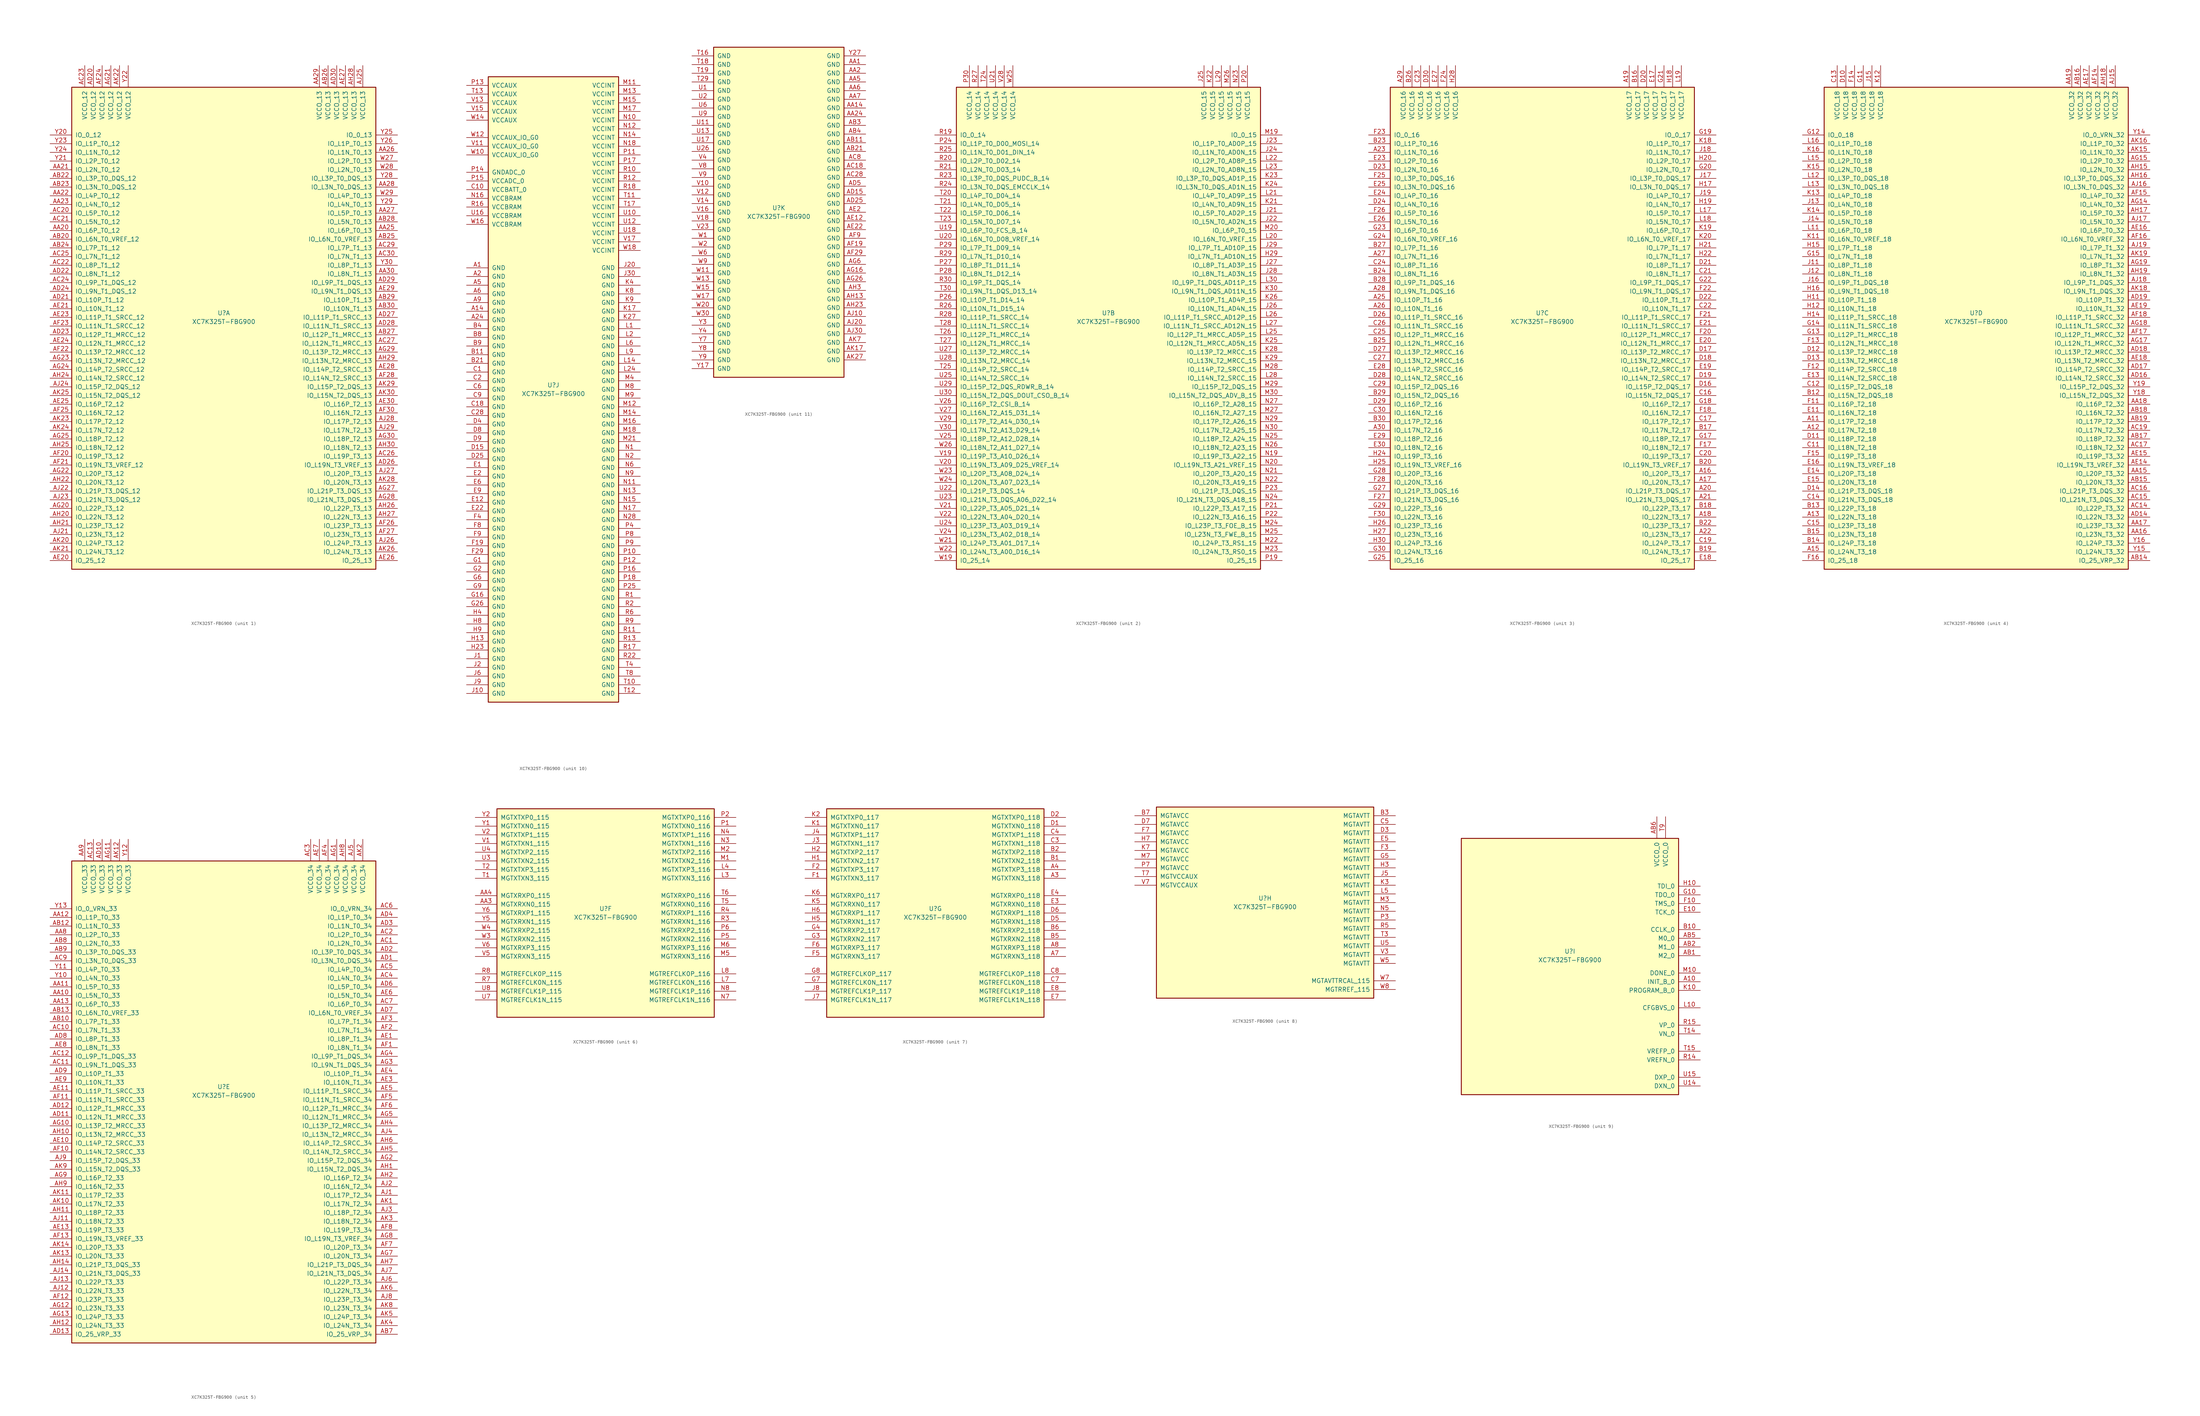
<source format=kicad_sym>
(kicad_symbol_lib
  (version 20201005)
  (generator kicad_symbol_editor)
  (symbol "XC7K325T-FBG900"
    (pin_names
      (offset 1.016))
    (property "Reference" "U"
      (at 0 1.27 0)
      (effects (font (size 1.27 1.27))))
    (property "Value" "XC7K325T-FBG900"
      (at 0 -1.27 0)
      (effects (font (size 1.27 1.27))))
    (property "Datasheet" ""
      (at 0 0 0)
      (effects (font (size 1.27 1.27))))
    (property "ki_locked" ""
      (at 0 0 0)
      (effects (font (size 1.27 1.27))))
    (symbol "XC7K325T-FBG900_1_1"
      (rectangle (start -44.45 67.31) (end 44.45 -73.66) (stroke (width 0.254)) (fill (type background)))
      (pin bidirectional line (at -50.8 25.4 0) (length 6.35) (name "IO_L6P_T0_12" (effects (font (size 1.27 1.27)))) (number "AA20" (effects (font (size 1.27 1.27)))))
      (pin bidirectional line (at -50.8 43.18 0) (length 6.35) (name "IO_L2N_T0_12" (effects (font (size 1.27 1.27)))) (number "AA21" (effects (font (size 1.27 1.27)))))
      (pin bidirectional line (at -50.8 35.56 0) (length 6.35) (name "IO_L4P_T0_12" (effects (font (size 1.27 1.27)))) (number "AA22" (effects (font (size 1.27 1.27)))))
      (pin bidirectional line (at -50.8 33.02 0) (length 6.35) (name "IO_L4N_T0_12" (effects (font (size 1.27 1.27)))) (number "AA23" (effects (font (size 1.27 1.27)))))
      (pin bidirectional line (at 50.8 25.4 180) (length 6.35) (name "IO_L6P_T0_13" (effects (font (size 1.27 1.27)))) (number "AA25" (effects (font (size 1.27 1.27)))))
      (pin bidirectional line (at 50.8 48.26 180) (length 6.35) (name "IO_L1N_T0_13" (effects (font (size 1.27 1.27)))) (number "AA26" (effects (font (size 1.27 1.27)))))
      (pin bidirectional line (at 50.8 30.48 180) (length 6.35) (name "IO_L5P_T0_13" (effects (font (size 1.27 1.27)))) (number "AA27" (effects (font (size 1.27 1.27)))))
      (pin bidirectional line (at 50.8 38.1 180) (length 6.35) (name "IO_L3N_T0_DQS_13" (effects (font (size 1.27 1.27)))) (number "AA28" (effects (font (size 1.27 1.27)))))
      (pin power_in line (at 27.94 73.66 270) (length 6.35) (name "VCCO_13" (effects (font (size 1.27 1.27)))) (number "AA29" (effects (font (size 1.27 1.27)))))
      (pin bidirectional line (at 50.8 12.7 180) (length 6.35) (name "IO_L8N_T1_13" (effects (font (size 1.27 1.27)))) (number "AA30" (effects (font (size 1.27 1.27)))))
      (pin bidirectional line (at -50.8 22.86 0) (length 6.35) (name "IO_L6N_T0_VREF_12" (effects (font (size 1.27 1.27)))) (number "AB20" (effects (font (size 1.27 1.27)))))
      (pin bidirectional line (at -50.8 40.64 0) (length 6.35) (name "IO_L3P_T0_DQS_12" (effects (font (size 1.27 1.27)))) (number "AB22" (effects (font (size 1.27 1.27)))))
      (pin bidirectional line (at -50.8 38.1 0) (length 6.35) (name "IO_L3N_T0_DQS_12" (effects (font (size 1.27 1.27)))) (number "AB23" (effects (font (size 1.27 1.27)))))
      (pin bidirectional line (at -50.8 20.32 0) (length 6.35) (name "IO_L7P_T1_12" (effects (font (size 1.27 1.27)))) (number "AB24" (effects (font (size 1.27 1.27)))))
      (pin bidirectional line (at 50.8 22.86 180) (length 6.35) (name "IO_L6N_T0_VREF_13" (effects (font (size 1.27 1.27)))) (number "AB25" (effects (font (size 1.27 1.27)))))
      (pin power_in line (at 30.48 73.66 270) (length 6.35) (name "VCCO_13" (effects (font (size 1.27 1.27)))) (number "AB26" (effects (font (size 1.27 1.27)))))
      (pin bidirectional line (at 50.8 -5.08 180) (length 6.35) (name "IO_L12P_T1_MRCC_13" (effects (font (size 1.27 1.27)))) (number "AB27" (effects (font (size 1.27 1.27)))))
      (pin bidirectional line (at 50.8 27.94 180) (length 6.35) (name "IO_L5N_T0_13" (effects (font (size 1.27 1.27)))) (number "AB28" (effects (font (size 1.27 1.27)))))
      (pin bidirectional line (at 50.8 5.08 180) (length 6.35) (name "IO_L10P_T1_13" (effects (font (size 1.27 1.27)))) (number "AB29" (effects (font (size 1.27 1.27)))))
      (pin bidirectional line (at 50.8 2.54 180) (length 6.35) (name "IO_L10N_T1_13" (effects (font (size 1.27 1.27)))) (number "AB30" (effects (font (size 1.27 1.27)))))
      (pin bidirectional line (at -50.8 30.48 0) (length 6.35) (name "IO_L5P_T0_12" (effects (font (size 1.27 1.27)))) (number "AC20" (effects (font (size 1.27 1.27)))))
      (pin bidirectional line (at -50.8 27.94 0) (length 6.35) (name "IO_L5N_T0_12" (effects (font (size 1.27 1.27)))) (number "AC21" (effects (font (size 1.27 1.27)))))
      (pin bidirectional line (at -50.8 15.24 0) (length 6.35) (name "IO_L8P_T1_12" (effects (font (size 1.27 1.27)))) (number "AC22" (effects (font (size 1.27 1.27)))))
      (pin power_in line (at -40.64 73.66 270) (length 6.35) (name "VCCO_12" (effects (font (size 1.27 1.27)))) (number "AC23" (effects (font (size 1.27 1.27)))))
      (pin bidirectional line (at -50.8 10.16 0) (length 6.35) (name "IO_L9P_T1_DQS_12" (effects (font (size 1.27 1.27)))) (number "AC24" (effects (font (size 1.27 1.27)))))
      (pin bidirectional line (at -50.8 17.78 0) (length 6.35) (name "IO_L7N_T1_12" (effects (font (size 1.27 1.27)))) (number "AC25" (effects (font (size 1.27 1.27)))))
      (pin bidirectional line (at 50.8 -40.64 180) (length 6.35) (name "IO_L19P_T3_13" (effects (font (size 1.27 1.27)))) (number "AC26" (effects (font (size 1.27 1.27)))))
      (pin bidirectional line (at 50.8 -7.62 180) (length 6.35) (name "IO_L12N_T1_MRCC_13" (effects (font (size 1.27 1.27)))) (number "AC27" (effects (font (size 1.27 1.27)))))
      (pin bidirectional line (at 50.8 20.32 180) (length 6.35) (name "IO_L7P_T1_13" (effects (font (size 1.27 1.27)))) (number "AC29" (effects (font (size 1.27 1.27)))))
      (pin bidirectional line (at 50.8 17.78 180) (length 6.35) (name "IO_L7N_T1_13" (effects (font (size 1.27 1.27)))) (number "AC30" (effects (font (size 1.27 1.27)))))
      (pin power_in line (at -38.1 73.66 270) (length 6.35) (name "VCCO_12" (effects (font (size 1.27 1.27)))) (number "AD20" (effects (font (size 1.27 1.27)))))
      (pin bidirectional line (at -50.8 5.08 0) (length 6.35) (name "IO_L10P_T1_12" (effects (font (size 1.27 1.27)))) (number "AD21" (effects (font (size 1.27 1.27)))))
      (pin bidirectional line (at -50.8 12.7 0) (length 6.35) (name "IO_L8N_T1_12" (effects (font (size 1.27 1.27)))) (number "AD22" (effects (font (size 1.27 1.27)))))
      (pin bidirectional line (at -50.8 -5.08 0) (length 6.35) (name "IO_L12P_T1_MRCC_12" (effects (font (size 1.27 1.27)))) (number "AD23" (effects (font (size 1.27 1.27)))))
      (pin bidirectional line (at -50.8 7.62 0) (length 6.35) (name "IO_L9N_T1_DQS_12" (effects (font (size 1.27 1.27)))) (number "AD24" (effects (font (size 1.27 1.27)))))
      (pin bidirectional line (at 50.8 -43.18 180) (length 6.35) (name "IO_L19N_T3_VREF_13" (effects (font (size 1.27 1.27)))) (number "AD26" (effects (font (size 1.27 1.27)))))
      (pin bidirectional line (at 50.8 0 180) (length 6.35) (name "IO_L11P_T1_SRCC_13" (effects (font (size 1.27 1.27)))) (number "AD27" (effects (font (size 1.27 1.27)))))
      (pin bidirectional line (at 50.8 -2.54 180) (length 6.35) (name "IO_L11N_T1_SRCC_13" (effects (font (size 1.27 1.27)))) (number "AD28" (effects (font (size 1.27 1.27)))))
      (pin bidirectional line (at 50.8 10.16 180) (length 6.35) (name "IO_L9P_T1_DQS_13" (effects (font (size 1.27 1.27)))) (number "AD29" (effects (font (size 1.27 1.27)))))
      (pin power_in line (at 33.02 73.66 270) (length 6.35) (name "VCCO_13" (effects (font (size 1.27 1.27)))) (number "AD30" (effects (font (size 1.27 1.27)))))
      (pin bidirectional line (at -50.8 -71.12 0) (length 6.35) (name "IO_25_12" (effects (font (size 1.27 1.27)))) (number "AE20" (effects (font (size 1.27 1.27)))))
      (pin bidirectional line (at -50.8 2.54 0) (length 6.35) (name "IO_L10N_T1_12" (effects (font (size 1.27 1.27)))) (number "AE21" (effects (font (size 1.27 1.27)))))
      (pin bidirectional line (at -50.8 0 0) (length 6.35) (name "IO_L11P_T1_SRCC_12" (effects (font (size 1.27 1.27)))) (number "AE23" (effects (font (size 1.27 1.27)))))
      (pin bidirectional line (at -50.8 -7.62 0) (length 6.35) (name "IO_L12N_T1_MRCC_12" (effects (font (size 1.27 1.27)))) (number "AE24" (effects (font (size 1.27 1.27)))))
      (pin bidirectional line (at -50.8 -25.4 0) (length 6.35) (name "IO_L16P_T2_12" (effects (font (size 1.27 1.27)))) (number "AE25" (effects (font (size 1.27 1.27)))))
      (pin bidirectional line (at 50.8 -71.12 180) (length 6.35) (name "IO_25_13" (effects (font (size 1.27 1.27)))) (number "AE26" (effects (font (size 1.27 1.27)))))
      (pin power_in line (at 35.56 73.66 270) (length 6.35) (name "VCCO_13" (effects (font (size 1.27 1.27)))) (number "AE27" (effects (font (size 1.27 1.27)))))
      (pin bidirectional line (at 50.8 -15.24 180) (length 6.35) (name "IO_L14P_T2_SRCC_13" (effects (font (size 1.27 1.27)))) (number "AE28" (effects (font (size 1.27 1.27)))))
      (pin bidirectional line (at 50.8 7.62 180) (length 6.35) (name "IO_L9N_T1_DQS_13" (effects (font (size 1.27 1.27)))) (number "AE29" (effects (font (size 1.27 1.27)))))
      (pin bidirectional line (at 50.8 -25.4 180) (length 6.35) (name "IO_L16P_T2_13" (effects (font (size 1.27 1.27)))) (number "AE30" (effects (font (size 1.27 1.27)))))
      (pin bidirectional line (at -50.8 -40.64 0) (length 6.35) (name "IO_L19P_T3_12" (effects (font (size 1.27 1.27)))) (number "AF20" (effects (font (size 1.27 1.27)))))
      (pin bidirectional line (at -50.8 -43.18 0) (length 6.35) (name "IO_L19N_T3_VREF_12" (effects (font (size 1.27 1.27)))) (number "AF21" (effects (font (size 1.27 1.27)))))
      (pin bidirectional line (at -50.8 -10.16 0) (length 6.35) (name "IO_L13P_T2_MRCC_12" (effects (font (size 1.27 1.27)))) (number "AF22" (effects (font (size 1.27 1.27)))))
      (pin bidirectional line (at -50.8 -2.54 0) (length 6.35) (name "IO_L11N_T1_SRCC_12" (effects (font (size 1.27 1.27)))) (number "AF23" (effects (font (size 1.27 1.27)))))
      (pin power_in line (at -35.56 73.66 270) (length 6.35) (name "VCCO_12" (effects (font (size 1.27 1.27)))) (number "AF24" (effects (font (size 1.27 1.27)))))
      (pin bidirectional line (at -50.8 -27.94 0) (length 6.35) (name "IO_L16N_T2_12" (effects (font (size 1.27 1.27)))) (number "AF25" (effects (font (size 1.27 1.27)))))
      (pin bidirectional line (at 50.8 -60.96 180) (length 6.35) (name "IO_L23P_T3_13" (effects (font (size 1.27 1.27)))) (number "AF26" (effects (font (size 1.27 1.27)))))
      (pin bidirectional line (at 50.8 -63.5 180) (length 6.35) (name "IO_L23N_T3_13" (effects (font (size 1.27 1.27)))) (number "AF27" (effects (font (size 1.27 1.27)))))
      (pin bidirectional line (at 50.8 -17.78 180) (length 6.35) (name "IO_L14N_T2_SRCC_13" (effects (font (size 1.27 1.27)))) (number "AF28" (effects (font (size 1.27 1.27)))))
      (pin bidirectional line (at 50.8 -27.94 180) (length 6.35) (name "IO_L16N_T2_13" (effects (font (size 1.27 1.27)))) (number "AF30" (effects (font (size 1.27 1.27)))))
      (pin bidirectional line (at -50.8 -55.88 0) (length 6.35) (name "IO_L22P_T3_12" (effects (font (size 1.27 1.27)))) (number "AG20" (effects (font (size 1.27 1.27)))))
      (pin power_in line (at -33.02 73.66 270) (length 6.35) (name "VCCO_12" (effects (font (size 1.27 1.27)))) (number "AG21" (effects (font (size 1.27 1.27)))))
      (pin bidirectional line (at -50.8 -45.72 0) (length 6.35) (name "IO_L20P_T3_12" (effects (font (size 1.27 1.27)))) (number "AG22" (effects (font (size 1.27 1.27)))))
      (pin bidirectional line (at -50.8 -12.7 0) (length 6.35) (name "IO_L13N_T2_MRCC_12" (effects (font (size 1.27 1.27)))) (number "AG23" (effects (font (size 1.27 1.27)))))
      (pin bidirectional line (at -50.8 -15.24 0) (length 6.35) (name "IO_L14P_T2_SRCC_12" (effects (font (size 1.27 1.27)))) (number "AG24" (effects (font (size 1.27 1.27)))))
      (pin bidirectional line (at -50.8 -35.56 0) (length 6.35) (name "IO_L18P_T2_12" (effects (font (size 1.27 1.27)))) (number "AG25" (effects (font (size 1.27 1.27)))))
      (pin bidirectional line (at 50.8 -50.8 180) (length 6.35) (name "IO_L21P_T3_DQS_13" (effects (font (size 1.27 1.27)))) (number "AG27" (effects (font (size 1.27 1.27)))))
      (pin bidirectional line (at 50.8 -53.34 180) (length 6.35) (name "IO_L21N_T3_DQS_13" (effects (font (size 1.27 1.27)))) (number "AG28" (effects (font (size 1.27 1.27)))))
      (pin bidirectional line (at 50.8 -10.16 180) (length 6.35) (name "IO_L13P_T2_MRCC_13" (effects (font (size 1.27 1.27)))) (number "AG29" (effects (font (size 1.27 1.27)))))
      (pin bidirectional line (at 50.8 -35.56 180) (length 6.35) (name "IO_L18P_T2_13" (effects (font (size 1.27 1.27)))) (number "AG30" (effects (font (size 1.27 1.27)))))
      (pin bidirectional line (at -50.8 -58.42 0) (length 6.35) (name "IO_L22N_T3_12" (effects (font (size 1.27 1.27)))) (number "AH20" (effects (font (size 1.27 1.27)))))
      (pin bidirectional line (at -50.8 -60.96 0) (length 6.35) (name "IO_L23P_T3_12" (effects (font (size 1.27 1.27)))) (number "AH21" (effects (font (size 1.27 1.27)))))
      (pin bidirectional line (at -50.8 -48.26 0) (length 6.35) (name "IO_L20N_T3_12" (effects (font (size 1.27 1.27)))) (number "AH22" (effects (font (size 1.27 1.27)))))
      (pin bidirectional line (at -50.8 -17.78 0) (length 6.35) (name "IO_L14N_T2_SRCC_12" (effects (font (size 1.27 1.27)))) (number "AH24" (effects (font (size 1.27 1.27)))))
      (pin bidirectional line (at -50.8 -38.1 0) (length 6.35) (name "IO_L18N_T2_12" (effects (font (size 1.27 1.27)))) (number "AH25" (effects (font (size 1.27 1.27)))))
      (pin bidirectional line (at 50.8 -55.88 180) (length 6.35) (name "IO_L22P_T3_13" (effects (font (size 1.27 1.27)))) (number "AH26" (effects (font (size 1.27 1.27)))))
      (pin bidirectional line (at 50.8 -58.42 180) (length 6.35) (name "IO_L22N_T3_13" (effects (font (size 1.27 1.27)))) (number "AH27" (effects (font (size 1.27 1.27)))))
      (pin power_in line (at 38.1 73.66 270) (length 6.35) (name "VCCO_13" (effects (font (size 1.27 1.27)))) (number "AH28" (effects (font (size 1.27 1.27)))))
      (pin bidirectional line (at 50.8 -12.7 180) (length 6.35) (name "IO_L13N_T2_MRCC_13" (effects (font (size 1.27 1.27)))) (number "AH29" (effects (font (size 1.27 1.27)))))
      (pin bidirectional line (at 50.8 -38.1 180) (length 6.35) (name "IO_L18N_T2_13" (effects (font (size 1.27 1.27)))) (number "AH30" (effects (font (size 1.27 1.27)))))
      (pin bidirectional line (at -50.8 -63.5 0) (length 6.35) (name "IO_L23N_T3_12" (effects (font (size 1.27 1.27)))) (number "AJ21" (effects (font (size 1.27 1.27)))))
      (pin bidirectional line (at -50.8 -50.8 0) (length 6.35) (name "IO_L21P_T3_DQS_12" (effects (font (size 1.27 1.27)))) (number "AJ22" (effects (font (size 1.27 1.27)))))
      (pin bidirectional line (at -50.8 -53.34 0) (length 6.35) (name "IO_L21N_T3_DQS_12" (effects (font (size 1.27 1.27)))) (number "AJ23" (effects (font (size 1.27 1.27)))))
      (pin bidirectional line (at -50.8 -20.32 0) (length 6.35) (name "IO_L15P_T2_DQS_12" (effects (font (size 1.27 1.27)))) (number "AJ24" (effects (font (size 1.27 1.27)))))
      (pin power_in line (at 40.64 73.66 270) (length 6.35) (name "VCCO_13" (effects (font (size 1.27 1.27)))) (number "AJ25" (effects (font (size 1.27 1.27)))))
      (pin bidirectional line (at 50.8 -66.04 180) (length 6.35) (name "IO_L24P_T3_13" (effects (font (size 1.27 1.27)))) (number "AJ26" (effects (font (size 1.27 1.27)))))
      (pin bidirectional line (at 50.8 -45.72 180) (length 6.35) (name "IO_L20P_T3_13" (effects (font (size 1.27 1.27)))) (number "AJ27" (effects (font (size 1.27 1.27)))))
      (pin bidirectional line (at 50.8 -30.48 180) (length 6.35) (name "IO_L17P_T2_13" (effects (font (size 1.27 1.27)))) (number "AJ28" (effects (font (size 1.27 1.27)))))
      (pin bidirectional line (at 50.8 -33.02 180) (length 6.35) (name "IO_L17N_T2_13" (effects (font (size 1.27 1.27)))) (number "AJ29" (effects (font (size 1.27 1.27)))))
      (pin bidirectional line (at -50.8 -66.04 0) (length 6.35) (name "IO_L24P_T3_12" (effects (font (size 1.27 1.27)))) (number "AK20" (effects (font (size 1.27 1.27)))))
      (pin bidirectional line (at -50.8 -68.58 0) (length 6.35) (name "IO_L24N_T3_12" (effects (font (size 1.27 1.27)))) (number "AK21" (effects (font (size 1.27 1.27)))))
      (pin power_in line (at -30.48 73.66 270) (length 6.35) (name "VCCO_12" (effects (font (size 1.27 1.27)))) (number "AK22" (effects (font (size 1.27 1.27)))))
      (pin bidirectional line (at -50.8 -30.48 0) (length 6.35) (name "IO_L17P_T2_12" (effects (font (size 1.27 1.27)))) (number "AK23" (effects (font (size 1.27 1.27)))))
      (pin bidirectional line (at -50.8 -33.02 0) (length 6.35) (name "IO_L17N_T2_12" (effects (font (size 1.27 1.27)))) (number "AK24" (effects (font (size 1.27 1.27)))))
      (pin bidirectional line (at -50.8 -22.86 0) (length 6.35) (name "IO_L15N_T2_DQS_12" (effects (font (size 1.27 1.27)))) (number "AK25" (effects (font (size 1.27 1.27)))))
      (pin bidirectional line (at 50.8 -68.58 180) (length 6.35) (name "IO_L24N_T3_13" (effects (font (size 1.27 1.27)))) (number "AK26" (effects (font (size 1.27 1.27)))))
      (pin bidirectional line (at 50.8 -48.26 180) (length 6.35) (name "IO_L20N_T3_13" (effects (font (size 1.27 1.27)))) (number "AK28" (effects (font (size 1.27 1.27)))))
      (pin bidirectional line (at 50.8 -20.32 180) (length 6.35) (name "IO_L15P_T2_DQS_13" (effects (font (size 1.27 1.27)))) (number "AK29" (effects (font (size 1.27 1.27)))))
      (pin bidirectional line (at 50.8 -22.86 180) (length 6.35) (name "IO_L15N_T2_DQS_13" (effects (font (size 1.27 1.27)))) (number "AK30" (effects (font (size 1.27 1.27)))))
      (pin bidirectional line (at 50.8 45.72 180) (length 6.35) (name "IO_L2P_T0_13" (effects (font (size 1.27 1.27)))) (number "W27" (effects (font (size 1.27 1.27)))))
      (pin bidirectional line (at 50.8 43.18 180) (length 6.35) (name "IO_L2N_T0_13" (effects (font (size 1.27 1.27)))) (number "W28" (effects (font (size 1.27 1.27)))))
      (pin bidirectional line (at 50.8 35.56 180) (length 6.35) (name "IO_L4P_T0_13" (effects (font (size 1.27 1.27)))) (number "W29" (effects (font (size 1.27 1.27)))))
      (pin bidirectional line (at -50.8 53.34 0) (length 6.35) (name "IO_0_12" (effects (font (size 1.27 1.27)))) (number "Y20" (effects (font (size 1.27 1.27)))))
      (pin bidirectional line (at -50.8 45.72 0) (length 6.35) (name "IO_L2P_T0_12" (effects (font (size 1.27 1.27)))) (number "Y21" (effects (font (size 1.27 1.27)))))
      (pin power_in line (at -27.94 73.66 270) (length 6.35) (name "VCCO_12" (effects (font (size 1.27 1.27)))) (number "Y22" (effects (font (size 1.27 1.27)))))
      (pin bidirectional line (at -50.8 50.8 0) (length 6.35) (name "IO_L1P_T0_12" (effects (font (size 1.27 1.27)))) (number "Y23" (effects (font (size 1.27 1.27)))))
      (pin bidirectional line (at -50.8 48.26 0) (length 6.35) (name "IO_L1N_T0_12" (effects (font (size 1.27 1.27)))) (number "Y24" (effects (font (size 1.27 1.27)))))
      (pin bidirectional line (at 50.8 53.34 180) (length 6.35) (name "IO_0_13" (effects (font (size 1.27 1.27)))) (number "Y25" (effects (font (size 1.27 1.27)))))
      (pin bidirectional line (at 50.8 50.8 180) (length 6.35) (name "IO_L1P_T0_13" (effects (font (size 1.27 1.27)))) (number "Y26" (effects (font (size 1.27 1.27)))))
      (pin bidirectional line (at 50.8 40.64 180) (length 6.35) (name "IO_L3P_T0_DQS_13" (effects (font (size 1.27 1.27)))) (number "Y28" (effects (font (size 1.27 1.27)))))
      (pin bidirectional line (at 50.8 33.02 180) (length 6.35) (name "IO_L4N_T0_13" (effects (font (size 1.27 1.27)))) (number "Y29" (effects (font (size 1.27 1.27)))))
      (pin bidirectional line (at 50.8 15.24 180) (length 6.35) (name "IO_L8P_T1_13" (effects (font (size 1.27 1.27)))) (number "Y30" (effects (font (size 1.27 1.27))))))
    (symbol "XC7K325T-FBG900_2_1"
      (rectangle (start -44.45 67.31) (end 44.45 -73.66) (stroke (width 0.254)) (fill (type background)))
      (pin bidirectional line (at 50.8 17.78 180) (length 6.35) (name "IO_L7N_T1_AD10N_15" (effects (font (size 1.27 1.27)))) (number "H29" (effects (font (size 1.27 1.27)))))
      (pin bidirectional line (at 50.8 30.48 180) (length 6.35) (name "IO_L5P_T0_AD2P_15" (effects (font (size 1.27 1.27)))) (number "J21" (effects (font (size 1.27 1.27)))))
      (pin bidirectional line (at 50.8 27.94 180) (length 6.35) (name "IO_L5N_T0_AD2N_15" (effects (font (size 1.27 1.27)))) (number "J22" (effects (font (size 1.27 1.27)))))
      (pin bidirectional line (at 50.8 50.8 180) (length 6.35) (name "IO_L1P_T0_AD0P_15" (effects (font (size 1.27 1.27)))) (number "J23" (effects (font (size 1.27 1.27)))))
      (pin bidirectional line (at 50.8 48.26 180) (length 6.35) (name "IO_L1N_T0_AD0N_15" (effects (font (size 1.27 1.27)))) (number "J24" (effects (font (size 1.27 1.27)))))
      (pin power_in line (at 27.94 73.66 270) (length 6.35) (name "VCCO_15" (effects (font (size 1.27 1.27)))) (number "J25" (effects (font (size 1.27 1.27)))))
      (pin bidirectional line (at 50.8 2.54 180) (length 6.35) (name "IO_L10N_T1_AD4N_15" (effects (font (size 1.27 1.27)))) (number "J26" (effects (font (size 1.27 1.27)))))
      (pin bidirectional line (at 50.8 15.24 180) (length 6.35) (name "IO_L8P_T1_AD3P_15" (effects (font (size 1.27 1.27)))) (number "J27" (effects (font (size 1.27 1.27)))))
      (pin bidirectional line (at 50.8 12.7 180) (length 6.35) (name "IO_L8N_T1_AD3N_15" (effects (font (size 1.27 1.27)))) (number "J28" (effects (font (size 1.27 1.27)))))
      (pin bidirectional line (at 50.8 20.32 180) (length 6.35) (name "IO_L7P_T1_AD10P_15" (effects (font (size 1.27 1.27)))) (number "J29" (effects (font (size 1.27 1.27)))))
      (pin bidirectional line (at 50.8 33.02 180) (length 6.35) (name "IO_L4N_T0_AD9N_15" (effects (font (size 1.27 1.27)))) (number "K21" (effects (font (size 1.27 1.27)))))
      (pin power_in line (at 30.48 73.66 270) (length 6.35) (name "VCCO_15" (effects (font (size 1.27 1.27)))) (number "K22" (effects (font (size 1.27 1.27)))))
      (pin bidirectional line (at 50.8 40.64 180) (length 6.35) (name "IO_L3P_T0_DQS_AD1P_15" (effects (font (size 1.27 1.27)))) (number "K23" (effects (font (size 1.27 1.27)))))
      (pin bidirectional line (at 50.8 38.1 180) (length 6.35) (name "IO_L3N_T0_DQS_AD1N_15" (effects (font (size 1.27 1.27)))) (number "K24" (effects (font (size 1.27 1.27)))))
      (pin bidirectional line (at 50.8 -7.62 180) (length 6.35) (name "IO_L12N_T1_MRCC_AD5N_15" (effects (font (size 1.27 1.27)))) (number "K25" (effects (font (size 1.27 1.27)))))
      (pin bidirectional line (at 50.8 5.08 180) (length 6.35) (name "IO_L10P_T1_AD4P_15" (effects (font (size 1.27 1.27)))) (number "K26" (effects (font (size 1.27 1.27)))))
      (pin bidirectional line (at 50.8 -10.16 180) (length 6.35) (name "IO_L13P_T2_MRCC_15" (effects (font (size 1.27 1.27)))) (number "K28" (effects (font (size 1.27 1.27)))))
      (pin bidirectional line (at 50.8 -12.7 180) (length 6.35) (name "IO_L13N_T2_MRCC_15" (effects (font (size 1.27 1.27)))) (number "K29" (effects (font (size 1.27 1.27)))))
      (pin bidirectional line (at 50.8 7.62 180) (length 6.35) (name "IO_L9N_T1_DQS_AD11N_15" (effects (font (size 1.27 1.27)))) (number "K30" (effects (font (size 1.27 1.27)))))
      (pin bidirectional line (at 50.8 22.86 180) (length 6.35) (name "IO_L6N_T0_VREF_15" (effects (font (size 1.27 1.27)))) (number "L20" (effects (font (size 1.27 1.27)))))
      (pin bidirectional line (at 50.8 35.56 180) (length 6.35) (name "IO_L4P_T0_AD9P_15" (effects (font (size 1.27 1.27)))) (number "L21" (effects (font (size 1.27 1.27)))))
      (pin bidirectional line (at 50.8 45.72 180) (length 6.35) (name "IO_L2P_T0_AD8P_15" (effects (font (size 1.27 1.27)))) (number "L22" (effects (font (size 1.27 1.27)))))
      (pin bidirectional line (at 50.8 43.18 180) (length 6.35) (name "IO_L2N_T0_AD8N_15" (effects (font (size 1.27 1.27)))) (number "L23" (effects (font (size 1.27 1.27)))))
      (pin bidirectional line (at 50.8 -5.08 180) (length 6.35) (name "IO_L12P_T1_MRCC_AD5P_15" (effects (font (size 1.27 1.27)))) (number "L25" (effects (font (size 1.27 1.27)))))
      (pin bidirectional line (at 50.8 0 180) (length 6.35) (name "IO_L11P_T1_SRCC_AD12P_15" (effects (font (size 1.27 1.27)))) (number "L26" (effects (font (size 1.27 1.27)))))
      (pin bidirectional line (at 50.8 -2.54 180) (length 6.35) (name "IO_L11N_T1_SRCC_AD12N_15" (effects (font (size 1.27 1.27)))) (number "L27" (effects (font (size 1.27 1.27)))))
      (pin bidirectional line (at 50.8 -17.78 180) (length 6.35) (name "IO_L14N_T2_SRCC_15" (effects (font (size 1.27 1.27)))) (number "L28" (effects (font (size 1.27 1.27)))))
      (pin power_in line (at 33.02 73.66 270) (length 6.35) (name "VCCO_15" (effects (font (size 1.27 1.27)))) (number "L29" (effects (font (size 1.27 1.27)))))
      (pin bidirectional line (at 50.8 10.16 180) (length 6.35) (name "IO_L9P_T1_DQS_AD11P_15" (effects (font (size 1.27 1.27)))) (number "L30" (effects (font (size 1.27 1.27)))))
      (pin bidirectional line (at 50.8 53.34 180) (length 6.35) (name "IO_0_15" (effects (font (size 1.27 1.27)))) (number "M19" (effects (font (size 1.27 1.27)))))
      (pin bidirectional line (at 50.8 25.4 180) (length 6.35) (name "IO_L6P_T0_15" (effects (font (size 1.27 1.27)))) (number "M20" (effects (font (size 1.27 1.27)))))
      (pin bidirectional line (at 50.8 -66.04 180) (length 6.35) (name "IO_L24P_T3_RS1_15" (effects (font (size 1.27 1.27)))) (number "M22" (effects (font (size 1.27 1.27)))))
      (pin bidirectional line (at 50.8 -68.58 180) (length 6.35) (name "IO_L24N_T3_RS0_15" (effects (font (size 1.27 1.27)))) (number "M23" (effects (font (size 1.27 1.27)))))
      (pin bidirectional line (at 50.8 -60.96 180) (length 6.35) (name "IO_L23P_T3_FOE_B_15" (effects (font (size 1.27 1.27)))) (number "M24" (effects (font (size 1.27 1.27)))))
      (pin bidirectional line (at 50.8 -63.5 180) (length 6.35) (name "IO_L23N_T3_FWE_B_15" (effects (font (size 1.27 1.27)))) (number "M25" (effects (font (size 1.27 1.27)))))
      (pin power_in line (at 35.56 73.66 270) (length 6.35) (name "VCCO_15" (effects (font (size 1.27 1.27)))) (number "M26" (effects (font (size 1.27 1.27)))))
      (pin bidirectional line (at 50.8 -27.94 180) (length 6.35) (name "IO_L16N_T2_A27_15" (effects (font (size 1.27 1.27)))) (number "M27" (effects (font (size 1.27 1.27)))))
      (pin bidirectional line (at 50.8 -15.24 180) (length 6.35) (name "IO_L14P_T2_SRCC_15" (effects (font (size 1.27 1.27)))) (number "M28" (effects (font (size 1.27 1.27)))))
      (pin bidirectional line (at 50.8 -20.32 180) (length 6.35) (name "IO_L15P_T2_DQS_15" (effects (font (size 1.27 1.27)))) (number "M29" (effects (font (size 1.27 1.27)))))
      (pin bidirectional line (at 50.8 -22.86 180) (length 6.35) (name "IO_L15N_T2_DQS_ADV_B_15" (effects (font (size 1.27 1.27)))) (number "M30" (effects (font (size 1.27 1.27)))))
      (pin bidirectional line (at 50.8 -40.64 180) (length 6.35) (name "IO_L19P_T3_A22_15" (effects (font (size 1.27 1.27)))) (number "N19" (effects (font (size 1.27 1.27)))))
      (pin bidirectional line (at 50.8 -43.18 180) (length 6.35) (name "IO_L19N_T3_A21_VREF_15" (effects (font (size 1.27 1.27)))) (number "N20" (effects (font (size 1.27 1.27)))))
      (pin bidirectional line (at 50.8 -45.72 180) (length 6.35) (name "IO_L20P_T3_A20_15" (effects (font (size 1.27 1.27)))) (number "N21" (effects (font (size 1.27 1.27)))))
      (pin bidirectional line (at 50.8 -48.26 180) (length 6.35) (name "IO_L20N_T3_A19_15" (effects (font (size 1.27 1.27)))) (number "N22" (effects (font (size 1.27 1.27)))))
      (pin power_in line (at 38.1 73.66 270) (length 6.35) (name "VCCO_15" (effects (font (size 1.27 1.27)))) (number "N23" (effects (font (size 1.27 1.27)))))
      (pin bidirectional line (at 50.8 -53.34 180) (length 6.35) (name "IO_L21N_T3_DQS_A18_15" (effects (font (size 1.27 1.27)))) (number "N24" (effects (font (size 1.27 1.27)))))
      (pin bidirectional line (at 50.8 -35.56 180) (length 6.35) (name "IO_L18P_T2_A24_15" (effects (font (size 1.27 1.27)))) (number "N25" (effects (font (size 1.27 1.27)))))
      (pin bidirectional line (at 50.8 -38.1 180) (length 6.35) (name "IO_L18N_T2_A23_15" (effects (font (size 1.27 1.27)))) (number "N26" (effects (font (size 1.27 1.27)))))
      (pin bidirectional line (at 50.8 -25.4 180) (length 6.35) (name "IO_L16P_T2_A28_15" (effects (font (size 1.27 1.27)))) (number "N27" (effects (font (size 1.27 1.27)))))
      (pin bidirectional line (at 50.8 -30.48 180) (length 6.35) (name "IO_L17P_T2_A26_15" (effects (font (size 1.27 1.27)))) (number "N29" (effects (font (size 1.27 1.27)))))
      (pin bidirectional line (at 50.8 -33.02 180) (length 6.35) (name "IO_L17N_T2_A25_15" (effects (font (size 1.27 1.27)))) (number "N30" (effects (font (size 1.27 1.27)))))
      (pin bidirectional line (at 50.8 -71.12 180) (length 6.35) (name "IO_25_15" (effects (font (size 1.27 1.27)))) (number "P19" (effects (font (size 1.27 1.27)))))
      (pin power_in line (at 40.64 73.66 270) (length 6.35) (name "VCCO_15" (effects (font (size 1.27 1.27)))) (number "P20" (effects (font (size 1.27 1.27)))))
      (pin bidirectional line (at 50.8 -55.88 180) (length 6.35) (name "IO_L22P_T3_A17_15" (effects (font (size 1.27 1.27)))) (number "P21" (effects (font (size 1.27 1.27)))))
      (pin bidirectional line (at 50.8 -58.42 180) (length 6.35) (name "IO_L22N_T3_A16_15" (effects (font (size 1.27 1.27)))) (number "P22" (effects (font (size 1.27 1.27)))))
      (pin bidirectional line (at 50.8 -50.8 180) (length 6.35) (name "IO_L21P_T3_DQS_15" (effects (font (size 1.27 1.27)))) (number "P23" (effects (font (size 1.27 1.27)))))
      (pin bidirectional line (at -50.8 50.8 0) (length 6.35) (name "IO_L1P_T0_D00_MOSI_14" (effects (font (size 1.27 1.27)))) (number "P24" (effects (font (size 1.27 1.27)))))
      (pin bidirectional line (at -50.8 5.08 0) (length 6.35) (name "IO_L10P_T1_D14_14" (effects (font (size 1.27 1.27)))) (number "P26" (effects (font (size 1.27 1.27)))))
      (pin bidirectional line (at -50.8 15.24 0) (length 6.35) (name "IO_L8P_T1_D11_14" (effects (font (size 1.27 1.27)))) (number "P27" (effects (font (size 1.27 1.27)))))
      (pin bidirectional line (at -50.8 12.7 0) (length 6.35) (name "IO_L8N_T1_D12_14" (effects (font (size 1.27 1.27)))) (number "P28" (effects (font (size 1.27 1.27)))))
      (pin bidirectional line (at -50.8 20.32 0) (length 6.35) (name "IO_L7P_T1_D09_14" (effects (font (size 1.27 1.27)))) (number "P29" (effects (font (size 1.27 1.27)))))
      (pin power_in line (at -40.64 73.66 270) (length 6.35) (name "VCCO_14" (effects (font (size 1.27 1.27)))) (number "P30" (effects (font (size 1.27 1.27)))))
      (pin bidirectional line (at -50.8 53.34 0) (length 6.35) (name "IO_0_14" (effects (font (size 1.27 1.27)))) (number "R19" (effects (font (size 1.27 1.27)))))
      (pin bidirectional line (at -50.8 45.72 0) (length 6.35) (name "IO_L2P_T0_D02_14" (effects (font (size 1.27 1.27)))) (number "R20" (effects (font (size 1.27 1.27)))))
      (pin bidirectional line (at -50.8 43.18 0) (length 6.35) (name "IO_L2N_T0_D03_14" (effects (font (size 1.27 1.27)))) (number "R21" (effects (font (size 1.27 1.27)))))
      (pin bidirectional line (at -50.8 40.64 0) (length 6.35) (name "IO_L3P_T0_DQS_PUDC_B_14" (effects (font (size 1.27 1.27)))) (number "R23" (effects (font (size 1.27 1.27)))))
      (pin bidirectional line (at -50.8 38.1 0) (length 6.35) (name "IO_L3N_T0_DQS_EMCCLK_14" (effects (font (size 1.27 1.27)))) (number "R24" (effects (font (size 1.27 1.27)))))
      (pin bidirectional line (at -50.8 48.26 0) (length 6.35) (name "IO_L1N_T0_D01_DIN_14" (effects (font (size 1.27 1.27)))) (number "R25" (effects (font (size 1.27 1.27)))))
      (pin bidirectional line (at -50.8 2.54 0) (length 6.35) (name "IO_L10N_T1_D15_14" (effects (font (size 1.27 1.27)))) (number "R26" (effects (font (size 1.27 1.27)))))
      (pin power_in line (at -38.1 73.66 270) (length 6.35) (name "VCCO_14" (effects (font (size 1.27 1.27)))) (number "R27" (effects (font (size 1.27 1.27)))))
      (pin bidirectional line (at -50.8 0 0) (length 6.35) (name "IO_L11P_T1_SRCC_14" (effects (font (size 1.27 1.27)))) (number "R28" (effects (font (size 1.27 1.27)))))
      (pin bidirectional line (at -50.8 17.78 0) (length 6.35) (name "IO_L7N_T1_D10_14" (effects (font (size 1.27 1.27)))) (number "R29" (effects (font (size 1.27 1.27)))))
      (pin bidirectional line (at -50.8 10.16 0) (length 6.35) (name "IO_L9P_T1_DQS_14" (effects (font (size 1.27 1.27)))) (number "R30" (effects (font (size 1.27 1.27)))))
      (pin bidirectional line (at -50.8 35.56 0) (length 6.35) (name "IO_L4P_T0_D04_14" (effects (font (size 1.27 1.27)))) (number "T20" (effects (font (size 1.27 1.27)))))
      (pin bidirectional line (at -50.8 33.02 0) (length 6.35) (name "IO_L4N_T0_D05_14" (effects (font (size 1.27 1.27)))) (number "T21" (effects (font (size 1.27 1.27)))))
      (pin bidirectional line (at -50.8 30.48 0) (length 6.35) (name "IO_L5P_T0_D06_14" (effects (font (size 1.27 1.27)))) (number "T22" (effects (font (size 1.27 1.27)))))
      (pin bidirectional line (at -50.8 27.94 0) (length 6.35) (name "IO_L5N_T0_D07_14" (effects (font (size 1.27 1.27)))) (number "T23" (effects (font (size 1.27 1.27)))))
      (pin power_in line (at -35.56 73.66 270) (length 6.35) (name "VCCO_14" (effects (font (size 1.27 1.27)))) (number "T24" (effects (font (size 1.27 1.27)))))
      (pin bidirectional line (at -50.8 -15.24 0) (length 6.35) (name "IO_L14P_T2_SRCC_14" (effects (font (size 1.27 1.27)))) (number "T25" (effects (font (size 1.27 1.27)))))
      (pin bidirectional line (at -50.8 -5.08 0) (length 6.35) (name "IO_L12P_T1_MRCC_14" (effects (font (size 1.27 1.27)))) (number "T26" (effects (font (size 1.27 1.27)))))
      (pin bidirectional line (at -50.8 -7.62 0) (length 6.35) (name "IO_L12N_T1_MRCC_14" (effects (font (size 1.27 1.27)))) (number "T27" (effects (font (size 1.27 1.27)))))
      (pin bidirectional line (at -50.8 -2.54 0) (length 6.35) (name "IO_L11N_T1_SRCC_14" (effects (font (size 1.27 1.27)))) (number "T28" (effects (font (size 1.27 1.27)))))
      (pin bidirectional line (at -50.8 7.62 0) (length 6.35) (name "IO_L9N_T1_DQS_D13_14" (effects (font (size 1.27 1.27)))) (number "T30" (effects (font (size 1.27 1.27)))))
      (pin bidirectional line (at -50.8 25.4 0) (length 6.35) (name "IO_L6P_T0_FCS_B_14" (effects (font (size 1.27 1.27)))) (number "U19" (effects (font (size 1.27 1.27)))))
      (pin bidirectional line (at -50.8 22.86 0) (length 6.35) (name "IO_L6N_T0_D08_VREF_14" (effects (font (size 1.27 1.27)))) (number "U20" (effects (font (size 1.27 1.27)))))
      (pin power_in line (at -33.02 73.66 270) (length 6.35) (name "VCCO_14" (effects (font (size 1.27 1.27)))) (number "U21" (effects (font (size 1.27 1.27)))))
      (pin bidirectional line (at -50.8 -50.8 0) (length 6.35) (name "IO_L21P_T3_DQS_14" (effects (font (size 1.27 1.27)))) (number "U22" (effects (font (size 1.27 1.27)))))
      (pin bidirectional line (at -50.8 -53.34 0) (length 6.35) (name "IO_L21N_T3_DQS_A06_D22_14" (effects (font (size 1.27 1.27)))) (number "U23" (effects (font (size 1.27 1.27)))))
      (pin bidirectional line (at -50.8 -60.96 0) (length 6.35) (name "IO_L23P_T3_A03_D19_14" (effects (font (size 1.27 1.27)))) (number "U24" (effects (font (size 1.27 1.27)))))
      (pin bidirectional line (at -50.8 -17.78 0) (length 6.35) (name "IO_L14N_T2_SRCC_14" (effects (font (size 1.27 1.27)))) (number "U25" (effects (font (size 1.27 1.27)))))
      (pin bidirectional line (at -50.8 -10.16 0) (length 6.35) (name "IO_L13P_T2_MRCC_14" (effects (font (size 1.27 1.27)))) (number "U27" (effects (font (size 1.27 1.27)))))
      (pin bidirectional line (at -50.8 -12.7 0) (length 6.35) (name "IO_L13N_T2_MRCC_14" (effects (font (size 1.27 1.27)))) (number "U28" (effects (font (size 1.27 1.27)))))
      (pin bidirectional line (at -50.8 -20.32 0) (length 6.35) (name "IO_L15P_T2_DQS_RDWR_B_14" (effects (font (size 1.27 1.27)))) (number "U29" (effects (font (size 1.27 1.27)))))
      (pin bidirectional line (at -50.8 -22.86 0) (length 6.35) (name "IO_L15N_T2_DQS_DOUT_CSO_B_14" (effects (font (size 1.27 1.27)))) (number "U30" (effects (font (size 1.27 1.27)))))
      (pin bidirectional line (at -50.8 -40.64 0) (length 6.35) (name "IO_L19P_T3_A10_D26_14" (effects (font (size 1.27 1.27)))) (number "V19" (effects (font (size 1.27 1.27)))))
      (pin bidirectional line (at -50.8 -43.18 0) (length 6.35) (name "IO_L19N_T3_A09_D25_VREF_14" (effects (font (size 1.27 1.27)))) (number "V20" (effects (font (size 1.27 1.27)))))
      (pin bidirectional line (at -50.8 -55.88 0) (length 6.35) (name "IO_L22P_T3_A05_D21_14" (effects (font (size 1.27 1.27)))) (number "V21" (effects (font (size 1.27 1.27)))))
      (pin bidirectional line (at -50.8 -58.42 0) (length 6.35) (name "IO_L22N_T3_A04_D20_14" (effects (font (size 1.27 1.27)))) (number "V22" (effects (font (size 1.27 1.27)))))
      (pin bidirectional line (at -50.8 -63.5 0) (length 6.35) (name "IO_L23N_T3_A02_D18_14" (effects (font (size 1.27 1.27)))) (number "V24" (effects (font (size 1.27 1.27)))))
      (pin bidirectional line (at -50.8 -35.56 0) (length 6.35) (name "IO_L18P_T2_A12_D28_14" (effects (font (size 1.27 1.27)))) (number "V25" (effects (font (size 1.27 1.27)))))
      (pin bidirectional line (at -50.8 -25.4 0) (length 6.35) (name "IO_L16P_T2_CSI_B_14" (effects (font (size 1.27 1.27)))) (number "V26" (effects (font (size 1.27 1.27)))))
      (pin bidirectional line (at -50.8 -27.94 0) (length 6.35) (name "IO_L16N_T2_A15_D31_14" (effects (font (size 1.27 1.27)))) (number "V27" (effects (font (size 1.27 1.27)))))
      (pin power_in line (at -30.48 73.66 270) (length 6.35) (name "VCCO_14" (effects (font (size 1.27 1.27)))) (number "V28" (effects (font (size 1.27 1.27)))))
      (pin bidirectional line (at -50.8 -30.48 0) (length 6.35) (name "IO_L17P_T2_A14_D30_14" (effects (font (size 1.27 1.27)))) (number "V29" (effects (font (size 1.27 1.27)))))
      (pin bidirectional line (at -50.8 -33.02 0) (length 6.35) (name "IO_L17N_T2_A13_D29_14" (effects (font (size 1.27 1.27)))) (number "V30" (effects (font (size 1.27 1.27)))))
      (pin bidirectional line (at -50.8 -71.12 0) (length 6.35) (name "IO_25_14" (effects (font (size 1.27 1.27)))) (number "W19" (effects (font (size 1.27 1.27)))))
      (pin bidirectional line (at -50.8 -66.04 0) (length 6.35) (name "IO_L24P_T3_A01_D17_14" (effects (font (size 1.27 1.27)))) (number "W21" (effects (font (size 1.27 1.27)))))
      (pin bidirectional line (at -50.8 -68.58 0) (length 6.35) (name "IO_L24N_T3_A00_D16_14" (effects (font (size 1.27 1.27)))) (number "W22" (effects (font (size 1.27 1.27)))))
      (pin bidirectional line (at -50.8 -45.72 0) (length 6.35) (name "IO_L20P_T3_A08_D24_14" (effects (font (size 1.27 1.27)))) (number "W23" (effects (font (size 1.27 1.27)))))
      (pin bidirectional line (at -50.8 -48.26 0) (length 6.35) (name "IO_L20N_T3_A07_D23_14" (effects (font (size 1.27 1.27)))) (number "W24" (effects (font (size 1.27 1.27)))))
      (pin power_in line (at -27.94 73.66 270) (length 6.35) (name "VCCO_14" (effects (font (size 1.27 1.27)))) (number "W25" (effects (font (size 1.27 1.27)))))
      (pin bidirectional line (at -50.8 -38.1 0) (length 6.35) (name "IO_L18N_T2_A11_D27_14" (effects (font (size 1.27 1.27)))) (number "W26" (effects (font (size 1.27 1.27))))))
    (symbol "XC7K325T-FBG900_3_1"
      (rectangle (start -44.45 67.31) (end 44.45 -73.66) (stroke (width 0.254)) (fill (type background)))
      (pin bidirectional line (at 50.8 -45.72 180) (length 6.35) (name "IO_L20P_T3_17" (effects (font (size 1.27 1.27)))) (number "A16" (effects (font (size 1.27 1.27)))))
      (pin bidirectional line (at 50.8 -48.26 180) (length 6.35) (name "IO_L20N_T3_17" (effects (font (size 1.27 1.27)))) (number "A17" (effects (font (size 1.27 1.27)))))
      (pin bidirectional line (at 50.8 -58.42 180) (length 6.35) (name "IO_L22N_T3_17" (effects (font (size 1.27 1.27)))) (number "A18" (effects (font (size 1.27 1.27)))))
      (pin power_in line (at 25.4 73.66 270) (length 6.35) (name "VCCO_17" (effects (font (size 1.27 1.27)))) (number "A19" (effects (font (size 1.27 1.27)))))
      (pin bidirectional line (at 50.8 -50.8 180) (length 6.35) (name "IO_L21P_T3_DQS_17" (effects (font (size 1.27 1.27)))) (number "A20" (effects (font (size 1.27 1.27)))))
      (pin bidirectional line (at 50.8 -53.34 180) (length 6.35) (name "IO_L21N_T3_DQS_17" (effects (font (size 1.27 1.27)))) (number "A21" (effects (font (size 1.27 1.27)))))
      (pin bidirectional line (at 50.8 -63.5 180) (length 6.35) (name "IO_L23N_T3_17" (effects (font (size 1.27 1.27)))) (number "A22" (effects (font (size 1.27 1.27)))))
      (pin bidirectional line (at -50.8 48.26 0) (length 6.35) (name "IO_L1N_T0_16" (effects (font (size 1.27 1.27)))) (number "A23" (effects (font (size 1.27 1.27)))))
      (pin bidirectional line (at -50.8 5.08 0) (length 6.35) (name "IO_L10P_T1_16" (effects (font (size 1.27 1.27)))) (number "A25" (effects (font (size 1.27 1.27)))))
      (pin bidirectional line (at -50.8 2.54 0) (length 6.35) (name "IO_L10N_T1_16" (effects (font (size 1.27 1.27)))) (number "A26" (effects (font (size 1.27 1.27)))))
      (pin bidirectional line (at -50.8 17.78 0) (length 6.35) (name "IO_L7N_T1_16" (effects (font (size 1.27 1.27)))) (number "A27" (effects (font (size 1.27 1.27)))))
      (pin bidirectional line (at -50.8 7.62 0) (length 6.35) (name "IO_L9N_T1_DQS_16" (effects (font (size 1.27 1.27)))) (number "A28" (effects (font (size 1.27 1.27)))))
      (pin power_in line (at -40.64 73.66 270) (length 6.35) (name "VCCO_16" (effects (font (size 1.27 1.27)))) (number "A29" (effects (font (size 1.27 1.27)))))
      (pin bidirectional line (at -50.8 -33.02 0) (length 6.35) (name "IO_L17N_T2_16" (effects (font (size 1.27 1.27)))) (number "A30" (effects (font (size 1.27 1.27)))))
      (pin power_in line (at 27.94 73.66 270) (length 6.35) (name "VCCO_17" (effects (font (size 1.27 1.27)))) (number "B16" (effects (font (size 1.27 1.27)))))
      (pin bidirectional line (at 50.8 -33.02 180) (length 6.35) (name "IO_L17N_T2_17" (effects (font (size 1.27 1.27)))) (number "B17" (effects (font (size 1.27 1.27)))))
      (pin bidirectional line (at 50.8 -55.88 180) (length 6.35) (name "IO_L22P_T3_17" (effects (font (size 1.27 1.27)))) (number "B18" (effects (font (size 1.27 1.27)))))
      (pin bidirectional line (at 50.8 -68.58 180) (length 6.35) (name "IO_L24N_T3_17" (effects (font (size 1.27 1.27)))) (number "B19" (effects (font (size 1.27 1.27)))))
      (pin bidirectional line (at 50.8 -43.18 180) (length 6.35) (name "IO_L19N_T3_VREF_17" (effects (font (size 1.27 1.27)))) (number "B20" (effects (font (size 1.27 1.27)))))
      (pin bidirectional line (at 50.8 -60.96 180) (length 6.35) (name "IO_L23P_T3_17" (effects (font (size 1.27 1.27)))) (number "B22" (effects (font (size 1.27 1.27)))))
      (pin bidirectional line (at -50.8 50.8 0) (length 6.35) (name "IO_L1P_T0_16" (effects (font (size 1.27 1.27)))) (number "B23" (effects (font (size 1.27 1.27)))))
      (pin bidirectional line (at -50.8 12.7 0) (length 6.35) (name "IO_L8N_T1_16" (effects (font (size 1.27 1.27)))) (number "B24" (effects (font (size 1.27 1.27)))))
      (pin bidirectional line (at -50.8 -7.62 0) (length 6.35) (name "IO_L12N_T1_MRCC_16" (effects (font (size 1.27 1.27)))) (number "B25" (effects (font (size 1.27 1.27)))))
      (pin power_in line (at -38.1 73.66 270) (length 6.35) (name "VCCO_16" (effects (font (size 1.27 1.27)))) (number "B26" (effects (font (size 1.27 1.27)))))
      (pin bidirectional line (at -50.8 20.32 0) (length 6.35) (name "IO_L7P_T1_16" (effects (font (size 1.27 1.27)))) (number "B27" (effects (font (size 1.27 1.27)))))
      (pin bidirectional line (at -50.8 10.16 0) (length 6.35) (name "IO_L9P_T1_DQS_16" (effects (font (size 1.27 1.27)))) (number "B28" (effects (font (size 1.27 1.27)))))
      (pin bidirectional line (at -50.8 -22.86 0) (length 6.35) (name "IO_L15N_T2_DQS_16" (effects (font (size 1.27 1.27)))) (number "B29" (effects (font (size 1.27 1.27)))))
      (pin bidirectional line (at -50.8 -30.48 0) (length 6.35) (name "IO_L17P_T2_16" (effects (font (size 1.27 1.27)))) (number "B30" (effects (font (size 1.27 1.27)))))
      (pin bidirectional line (at 50.8 -22.86 180) (length 6.35) (name "IO_L15N_T2_DQS_17" (effects (font (size 1.27 1.27)))) (number "C16" (effects (font (size 1.27 1.27)))))
      (pin bidirectional line (at 50.8 -30.48 180) (length 6.35) (name "IO_L17P_T2_17" (effects (font (size 1.27 1.27)))) (number "C17" (effects (font (size 1.27 1.27)))))
      (pin bidirectional line (at 50.8 -66.04 180) (length 6.35) (name "IO_L24P_T3_17" (effects (font (size 1.27 1.27)))) (number "C19" (effects (font (size 1.27 1.27)))))
      (pin bidirectional line (at 50.8 -40.64 180) (length 6.35) (name "IO_L19P_T3_17" (effects (font (size 1.27 1.27)))) (number "C20" (effects (font (size 1.27 1.27)))))
      (pin bidirectional line (at 50.8 12.7 180) (length 6.35) (name "IO_L8N_T1_17" (effects (font (size 1.27 1.27)))) (number "C21" (effects (font (size 1.27 1.27)))))
      (pin bidirectional line (at 50.8 2.54 180) (length 6.35) (name "IO_L10N_T1_17" (effects (font (size 1.27 1.27)))) (number "C22" (effects (font (size 1.27 1.27)))))
      (pin power_in line (at -35.56 73.66 270) (length 6.35) (name "VCCO_16" (effects (font (size 1.27 1.27)))) (number "C23" (effects (font (size 1.27 1.27)))))
      (pin bidirectional line (at -50.8 15.24 0) (length 6.35) (name "IO_L8P_T1_16" (effects (font (size 1.27 1.27)))) (number "C24" (effects (font (size 1.27 1.27)))))
      (pin bidirectional line (at -50.8 -5.08 0) (length 6.35) (name "IO_L12P_T1_MRCC_16" (effects (font (size 1.27 1.27)))) (number "C25" (effects (font (size 1.27 1.27)))))
      (pin bidirectional line (at -50.8 -2.54 0) (length 6.35) (name "IO_L11N_T1_SRCC_16" (effects (font (size 1.27 1.27)))) (number "C26" (effects (font (size 1.27 1.27)))))
      (pin bidirectional line (at -50.8 -12.7 0) (length 6.35) (name "IO_L13N_T2_MRCC_16" (effects (font (size 1.27 1.27)))) (number "C27" (effects (font (size 1.27 1.27)))))
      (pin bidirectional line (at -50.8 -20.32 0) (length 6.35) (name "IO_L15P_T2_DQS_16" (effects (font (size 1.27 1.27)))) (number "C29" (effects (font (size 1.27 1.27)))))
      (pin bidirectional line (at -50.8 -27.94 0) (length 6.35) (name "IO_L16N_T2_16" (effects (font (size 1.27 1.27)))) (number "C30" (effects (font (size 1.27 1.27)))))
      (pin bidirectional line (at 50.8 -20.32 180) (length 6.35) (name "IO_L15P_T2_DQS_17" (effects (font (size 1.27 1.27)))) (number "D16" (effects (font (size 1.27 1.27)))))
      (pin bidirectional line (at 50.8 -10.16 180) (length 6.35) (name "IO_L13P_T2_MRCC_17" (effects (font (size 1.27 1.27)))) (number "D17" (effects (font (size 1.27 1.27)))))
      (pin bidirectional line (at 50.8 -12.7 180) (length 6.35) (name "IO_L13N_T2_MRCC_17" (effects (font (size 1.27 1.27)))) (number "D18" (effects (font (size 1.27 1.27)))))
      (pin bidirectional line (at 50.8 -17.78 180) (length 6.35) (name "IO_L14N_T2_SRCC_17" (effects (font (size 1.27 1.27)))) (number "D19" (effects (font (size 1.27 1.27)))))
      (pin power_in line (at 30.48 73.66 270) (length 6.35) (name "VCCO_17" (effects (font (size 1.27 1.27)))) (number "D20" (effects (font (size 1.27 1.27)))))
      (pin bidirectional line (at 50.8 15.24 180) (length 6.35) (name "IO_L8P_T1_17" (effects (font (size 1.27 1.27)))) (number "D21" (effects (font (size 1.27 1.27)))))
      (pin bidirectional line (at 50.8 5.08 180) (length 6.35) (name "IO_L10P_T1_17" (effects (font (size 1.27 1.27)))) (number "D22" (effects (font (size 1.27 1.27)))))
      (pin bidirectional line (at -50.8 43.18 0) (length 6.35) (name "IO_L2N_T0_16" (effects (font (size 1.27 1.27)))) (number "D23" (effects (font (size 1.27 1.27)))))
      (pin bidirectional line (at -50.8 33.02 0) (length 6.35) (name "IO_L4N_T0_16" (effects (font (size 1.27 1.27)))) (number "D24" (effects (font (size 1.27 1.27)))))
      (pin bidirectional line (at -50.8 0 0) (length 6.35) (name "IO_L11P_T1_SRCC_16" (effects (font (size 1.27 1.27)))) (number "D26" (effects (font (size 1.27 1.27)))))
      (pin bidirectional line (at -50.8 -10.16 0) (length 6.35) (name "IO_L13P_T2_MRCC_16" (effects (font (size 1.27 1.27)))) (number "D27" (effects (font (size 1.27 1.27)))))
      (pin bidirectional line (at -50.8 -17.78 0) (length 6.35) (name "IO_L14N_T2_SRCC_16" (effects (font (size 1.27 1.27)))) (number "D28" (effects (font (size 1.27 1.27)))))
      (pin bidirectional line (at -50.8 -25.4 0) (length 6.35) (name "IO_L16P_T2_16" (effects (font (size 1.27 1.27)))) (number "D29" (effects (font (size 1.27 1.27)))))
      (pin power_in line (at -33.02 73.66 270) (length 6.35) (name "VCCO_16" (effects (font (size 1.27 1.27)))) (number "D30" (effects (font (size 1.27 1.27)))))
      (pin power_in line (at 33.02 73.66 270) (length 6.35) (name "VCCO_17" (effects (font (size 1.27 1.27)))) (number "E17" (effects (font (size 1.27 1.27)))))
      (pin bidirectional line (at 50.8 -71.12 180) (length 6.35) (name "IO_25_17" (effects (font (size 1.27 1.27)))) (number "E18" (effects (font (size 1.27 1.27)))))
      (pin bidirectional line (at 50.8 -15.24 180) (length 6.35) (name "IO_L14P_T2_SRCC_17" (effects (font (size 1.27 1.27)))) (number "E19" (effects (font (size 1.27 1.27)))))
      (pin bidirectional line (at 50.8 -7.62 180) (length 6.35) (name "IO_L12N_T1_MRCC_17" (effects (font (size 1.27 1.27)))) (number "E20" (effects (font (size 1.27 1.27)))))
      (pin bidirectional line (at 50.8 -2.54 180) (length 6.35) (name "IO_L11N_T1_SRCC_17" (effects (font (size 1.27 1.27)))) (number "E21" (effects (font (size 1.27 1.27)))))
      (pin bidirectional line (at -50.8 45.72 0) (length 6.35) (name "IO_L2P_T0_16" (effects (font (size 1.27 1.27)))) (number "E23" (effects (font (size 1.27 1.27)))))
      (pin bidirectional line (at -50.8 35.56 0) (length 6.35) (name "IO_L4P_T0_16" (effects (font (size 1.27 1.27)))) (number "E24" (effects (font (size 1.27 1.27)))))
      (pin bidirectional line (at -50.8 38.1 0) (length 6.35) (name "IO_L3N_T0_DQS_16" (effects (font (size 1.27 1.27)))) (number "E25" (effects (font (size 1.27 1.27)))))
      (pin bidirectional line (at -50.8 27.94 0) (length 6.35) (name "IO_L5N_T0_16" (effects (font (size 1.27 1.27)))) (number "E26" (effects (font (size 1.27 1.27)))))
      (pin power_in line (at -30.48 73.66 270) (length 6.35) (name "VCCO_16" (effects (font (size 1.27 1.27)))) (number "E27" (effects (font (size 1.27 1.27)))))
      (pin bidirectional line (at -50.8 -15.24 0) (length 6.35) (name "IO_L14P_T2_SRCC_16" (effects (font (size 1.27 1.27)))) (number "E28" (effects (font (size 1.27 1.27)))))
      (pin bidirectional line (at -50.8 -35.56 0) (length 6.35) (name "IO_L18P_T2_16" (effects (font (size 1.27 1.27)))) (number "E29" (effects (font (size 1.27 1.27)))))
      (pin bidirectional line (at -50.8 -38.1 0) (length 6.35) (name "IO_L18N_T2_16" (effects (font (size 1.27 1.27)))) (number "E30" (effects (font (size 1.27 1.27)))))
      (pin bidirectional line (at 50.8 -38.1 180) (length 6.35) (name "IO_L18N_T2_17" (effects (font (size 1.27 1.27)))) (number "F17" (effects (font (size 1.27 1.27)))))
      (pin bidirectional line (at 50.8 -27.94 180) (length 6.35) (name "IO_L16N_T2_17" (effects (font (size 1.27 1.27)))) (number "F18" (effects (font (size 1.27 1.27)))))
      (pin bidirectional line (at 50.8 -5.08 180) (length 6.35) (name "IO_L12P_T1_MRCC_17" (effects (font (size 1.27 1.27)))) (number "F20" (effects (font (size 1.27 1.27)))))
      (pin bidirectional line (at 50.8 0 180) (length 6.35) (name "IO_L11P_T1_SRCC_17" (effects (font (size 1.27 1.27)))) (number "F21" (effects (font (size 1.27 1.27)))))
      (pin bidirectional line (at 50.8 7.62 180) (length 6.35) (name "IO_L9N_T1_DQS_17" (effects (font (size 1.27 1.27)))) (number "F22" (effects (font (size 1.27 1.27)))))
      (pin bidirectional line (at -50.8 53.34 0) (length 6.35) (name "IO_0_16" (effects (font (size 1.27 1.27)))) (number "F23" (effects (font (size 1.27 1.27)))))
      (pin power_in line (at -27.94 73.66 270) (length 6.35) (name "VCCO_16" (effects (font (size 1.27 1.27)))) (number "F24" (effects (font (size 1.27 1.27)))))
      (pin bidirectional line (at -50.8 40.64 0) (length 6.35) (name "IO_L3P_T0_DQS_16" (effects (font (size 1.27 1.27)))) (number "F25" (effects (font (size 1.27 1.27)))))
      (pin bidirectional line (at -50.8 30.48 0) (length 6.35) (name "IO_L5P_T0_16" (effects (font (size 1.27 1.27)))) (number "F26" (effects (font (size 1.27 1.27)))))
      (pin bidirectional line (at -50.8 -53.34 0) (length 6.35) (name "IO_L21N_T3_DQS_16" (effects (font (size 1.27 1.27)))) (number "F27" (effects (font (size 1.27 1.27)))))
      (pin bidirectional line (at -50.8 -48.26 0) (length 6.35) (name "IO_L20N_T3_16" (effects (font (size 1.27 1.27)))) (number "F28" (effects (font (size 1.27 1.27)))))
      (pin bidirectional line (at -50.8 -58.42 0) (length 6.35) (name "IO_L22N_T3_16" (effects (font (size 1.27 1.27)))) (number "F30" (effects (font (size 1.27 1.27)))))
      (pin bidirectional line (at 50.8 -35.56 180) (length 6.35) (name "IO_L18P_T2_17" (effects (font (size 1.27 1.27)))) (number "G17" (effects (font (size 1.27 1.27)))))
      (pin bidirectional line (at 50.8 -25.4 180) (length 6.35) (name "IO_L16P_T2_17" (effects (font (size 1.27 1.27)))) (number "G18" (effects (font (size 1.27 1.27)))))
      (pin bidirectional line (at 50.8 53.34 180) (length 6.35) (name "IO_0_17" (effects (font (size 1.27 1.27)))) (number "G19" (effects (font (size 1.27 1.27)))))
      (pin bidirectional line (at 50.8 43.18 180) (length 6.35) (name "IO_L2N_T0_17" (effects (font (size 1.27 1.27)))) (number "G20" (effects (font (size 1.27 1.27)))))
      (pin power_in line (at 35.56 73.66 270) (length 6.35) (name "VCCO_17" (effects (font (size 1.27 1.27)))) (number "G21" (effects (font (size 1.27 1.27)))))
      (pin bidirectional line (at 50.8 10.16 180) (length 6.35) (name "IO_L9P_T1_DQS_17" (effects (font (size 1.27 1.27)))) (number "G22" (effects (font (size 1.27 1.27)))))
      (pin bidirectional line (at -50.8 25.4 0) (length 6.35) (name "IO_L6P_T0_16" (effects (font (size 1.27 1.27)))) (number "G23" (effects (font (size 1.27 1.27)))))
      (pin bidirectional line (at -50.8 22.86 0) (length 6.35) (name "IO_L6N_T0_VREF_16" (effects (font (size 1.27 1.27)))) (number "G24" (effects (font (size 1.27 1.27)))))
      (pin bidirectional line (at -50.8 -71.12 0) (length 6.35) (name "IO_25_16" (effects (font (size 1.27 1.27)))) (number "G25" (effects (font (size 1.27 1.27)))))
      (pin bidirectional line (at -50.8 -50.8 0) (length 6.35) (name "IO_L21P_T3_DQS_16" (effects (font (size 1.27 1.27)))) (number "G27" (effects (font (size 1.27 1.27)))))
      (pin bidirectional line (at -50.8 -45.72 0) (length 6.35) (name "IO_L20P_T3_16" (effects (font (size 1.27 1.27)))) (number "G28" (effects (font (size 1.27 1.27)))))
      (pin bidirectional line (at -50.8 -55.88 0) (length 6.35) (name "IO_L22P_T3_16" (effects (font (size 1.27 1.27)))) (number "G29" (effects (font (size 1.27 1.27)))))
      (pin bidirectional line (at -50.8 -68.58 0) (length 6.35) (name "IO_L24N_T3_16" (effects (font (size 1.27 1.27)))) (number "G30" (effects (font (size 1.27 1.27)))))
      (pin bidirectional line (at 50.8 38.1 180) (length 6.35) (name "IO_L3N_T0_DQS_17" (effects (font (size 1.27 1.27)))) (number "H17" (effects (font (size 1.27 1.27)))))
      (pin power_in line (at 38.1 73.66 270) (length 6.35) (name "VCCO_17" (effects (font (size 1.27 1.27)))) (number "H18" (effects (font (size 1.27 1.27)))))
      (pin bidirectional line (at 50.8 33.02 180) (length 6.35) (name "IO_L4N_T0_17" (effects (font (size 1.27 1.27)))) (number "H19" (effects (font (size 1.27 1.27)))))
      (pin bidirectional line (at 50.8 45.72 180) (length 6.35) (name "IO_L2P_T0_17" (effects (font (size 1.27 1.27)))) (number "H20" (effects (font (size 1.27 1.27)))))
      (pin bidirectional line (at 50.8 20.32 180) (length 6.35) (name "IO_L7P_T1_17" (effects (font (size 1.27 1.27)))) (number "H21" (effects (font (size 1.27 1.27)))))
      (pin bidirectional line (at 50.8 17.78 180) (length 6.35) (name "IO_L7N_T1_17" (effects (font (size 1.27 1.27)))) (number "H22" (effects (font (size 1.27 1.27)))))
      (pin bidirectional line (at -50.8 -40.64 0) (length 6.35) (name "IO_L19P_T3_16" (effects (font (size 1.27 1.27)))) (number "H24" (effects (font (size 1.27 1.27)))))
      (pin bidirectional line (at -50.8 -43.18 0) (length 6.35) (name "IO_L19N_T3_VREF_16" (effects (font (size 1.27 1.27)))) (number "H25" (effects (font (size 1.27 1.27)))))
      (pin bidirectional line (at -50.8 -60.96 0) (length 6.35) (name "IO_L23P_T3_16" (effects (font (size 1.27 1.27)))) (number "H26" (effects (font (size 1.27 1.27)))))
      (pin bidirectional line (at -50.8 -63.5 0) (length 6.35) (name "IO_L23N_T3_16" (effects (font (size 1.27 1.27)))) (number "H27" (effects (font (size 1.27 1.27)))))
      (pin power_in line (at -25.4 73.66 270) (length 6.35) (name "VCCO_16" (effects (font (size 1.27 1.27)))) (number "H28" (effects (font (size 1.27 1.27)))))
      (pin bidirectional line (at -50.8 -66.04 0) (length 6.35) (name "IO_L24P_T3_16" (effects (font (size 1.27 1.27)))) (number "H30" (effects (font (size 1.27 1.27)))))
      (pin bidirectional line (at 50.8 40.64 180) (length 6.35) (name "IO_L3P_T0_DQS_17" (effects (font (size 1.27 1.27)))) (number "J17" (effects (font (size 1.27 1.27)))))
      (pin bidirectional line (at 50.8 48.26 180) (length 6.35) (name "IO_L1N_T0_17" (effects (font (size 1.27 1.27)))) (number "J18" (effects (font (size 1.27 1.27)))))
      (pin bidirectional line (at 50.8 35.56 180) (length 6.35) (name "IO_L4P_T0_17" (effects (font (size 1.27 1.27)))) (number "J19" (effects (font (size 1.27 1.27)))))
      (pin bidirectional line (at 50.8 50.8 180) (length 6.35) (name "IO_L1P_T0_17" (effects (font (size 1.27 1.27)))) (number "K18" (effects (font (size 1.27 1.27)))))
      (pin bidirectional line (at 50.8 25.4 180) (length 6.35) (name "IO_L6P_T0_17" (effects (font (size 1.27 1.27)))) (number "K19" (effects (font (size 1.27 1.27)))))
      (pin bidirectional line (at 50.8 22.86 180) (length 6.35) (name "IO_L6N_T0_VREF_17" (effects (font (size 1.27 1.27)))) (number "K20" (effects (font (size 1.27 1.27)))))
      (pin bidirectional line (at 50.8 30.48 180) (length 6.35) (name "IO_L5P_T0_17" (effects (font (size 1.27 1.27)))) (number "L17" (effects (font (size 1.27 1.27)))))
      (pin bidirectional line (at 50.8 27.94 180) (length 6.35) (name "IO_L5N_T0_17" (effects (font (size 1.27 1.27)))) (number "L18" (effects (font (size 1.27 1.27)))))
      (pin power_in line (at 40.64 73.66 270) (length 6.35) (name "VCCO_17" (effects (font (size 1.27 1.27)))) (number "L19" (effects (font (size 1.27 1.27))))))
    (symbol "XC7K325T-FBG900_4_1"
      (rectangle (start -44.45 67.31) (end 44.45 -73.66) (stroke (width 0.254)) (fill (type background)))
      (pin bidirectional line (at -50.8 -30.48 0) (length 6.35) (name "IO_L17P_T2_18" (effects (font (size 1.27 1.27)))) (number "A11" (effects (font (size 1.27 1.27)))))
      (pin bidirectional line (at -50.8 -33.02 0) (length 6.35) (name "IO_L17N_T2_18" (effects (font (size 1.27 1.27)))) (number "A12" (effects (font (size 1.27 1.27)))))
      (pin bidirectional line (at -50.8 -58.42 0) (length 6.35) (name "IO_L22N_T3_18" (effects (font (size 1.27 1.27)))) (number "A13" (effects (font (size 1.27 1.27)))))
      (pin bidirectional line (at -50.8 -68.58 0) (length 6.35) (name "IO_L24N_T3_18" (effects (font (size 1.27 1.27)))) (number "A15" (effects (font (size 1.27 1.27)))))
      (pin bidirectional line (at 50.8 -45.72 180) (length 6.35) (name "IO_L20P_T3_32" (effects (font (size 1.27 1.27)))) (number "AA15" (effects (font (size 1.27 1.27)))))
      (pin bidirectional line (at 50.8 -63.5 180) (length 6.35) (name "IO_L23N_T3_32" (effects (font (size 1.27 1.27)))) (number "AA16" (effects (font (size 1.27 1.27)))))
      (pin bidirectional line (at 50.8 -60.96 180) (length 6.35) (name "IO_L23P_T3_32" (effects (font (size 1.27 1.27)))) (number "AA17" (effects (font (size 1.27 1.27)))))
      (pin bidirectional line (at 50.8 -25.4 180) (length 6.35) (name "IO_L16P_T2_32" (effects (font (size 1.27 1.27)))) (number "AA18" (effects (font (size 1.27 1.27)))))
      (pin power_in line (at 27.94 73.66 270) (length 6.35) (name "VCCO_32" (effects (font (size 1.27 1.27)))) (number "AA19" (effects (font (size 1.27 1.27)))))
      (pin bidirectional line (at 50.8 -71.12 180) (length 6.35) (name "IO_25_VRP_32" (effects (font (size 1.27 1.27)))) (number "AB14" (effects (font (size 1.27 1.27)))))
      (pin bidirectional line (at 50.8 -48.26 180) (length 6.35) (name "IO_L20N_T3_32" (effects (font (size 1.27 1.27)))) (number "AB15" (effects (font (size 1.27 1.27)))))
      (pin power_in line (at 30.48 73.66 270) (length 6.35) (name "VCCO_32" (effects (font (size 1.27 1.27)))) (number "AB16" (effects (font (size 1.27 1.27)))))
      (pin bidirectional line (at 50.8 -35.56 180) (length 6.35) (name "IO_L18P_T2_32" (effects (font (size 1.27 1.27)))) (number "AB17" (effects (font (size 1.27 1.27)))))
      (pin bidirectional line (at 50.8 -27.94 180) (length 6.35) (name "IO_L16N_T2_32" (effects (font (size 1.27 1.27)))) (number "AB18" (effects (font (size 1.27 1.27)))))
      (pin bidirectional line (at 50.8 -30.48 180) (length 6.35) (name "IO_L17P_T2_32" (effects (font (size 1.27 1.27)))) (number "AB19" (effects (font (size 1.27 1.27)))))
      (pin bidirectional line (at 50.8 -55.88 180) (length 6.35) (name "IO_L22P_T3_32" (effects (font (size 1.27 1.27)))) (number "AC14" (effects (font (size 1.27 1.27)))))
      (pin bidirectional line (at 50.8 -53.34 180) (length 6.35) (name "IO_L21N_T3_DQS_32" (effects (font (size 1.27 1.27)))) (number "AC15" (effects (font (size 1.27 1.27)))))
      (pin bidirectional line (at 50.8 -50.8 180) (length 6.35) (name "IO_L21P_T3_DQS_32" (effects (font (size 1.27 1.27)))) (number "AC16" (effects (font (size 1.27 1.27)))))
      (pin bidirectional line (at 50.8 -38.1 180) (length 6.35) (name "IO_L18N_T2_32" (effects (font (size 1.27 1.27)))) (number "AC17" (effects (font (size 1.27 1.27)))))
      (pin bidirectional line (at 50.8 -33.02 180) (length 6.35) (name "IO_L17N_T2_32" (effects (font (size 1.27 1.27)))) (number "AC19" (effects (font (size 1.27 1.27)))))
      (pin bidirectional line (at 50.8 -58.42 180) (length 6.35) (name "IO_L22N_T3_32" (effects (font (size 1.27 1.27)))) (number "AD14" (effects (font (size 1.27 1.27)))))
      (pin bidirectional line (at 50.8 -17.78 180) (length 6.35) (name "IO_L14N_T2_SRCC_32" (effects (font (size 1.27 1.27)))) (number "AD16" (effects (font (size 1.27 1.27)))))
      (pin bidirectional line (at 50.8 -15.24 180) (length 6.35) (name "IO_L14P_T2_SRCC_32" (effects (font (size 1.27 1.27)))) (number "AD17" (effects (font (size 1.27 1.27)))))
      (pin bidirectional line (at 50.8 -10.16 180) (length 6.35) (name "IO_L13P_T2_MRCC_32" (effects (font (size 1.27 1.27)))) (number "AD18" (effects (font (size 1.27 1.27)))))
      (pin bidirectional line (at 50.8 5.08 180) (length 6.35) (name "IO_L10P_T1_32" (effects (font (size 1.27 1.27)))) (number "AD19" (effects (font (size 1.27 1.27)))))
      (pin bidirectional line (at 50.8 -43.18 180) (length 6.35) (name "IO_L19N_T3_VREF_32" (effects (font (size 1.27 1.27)))) (number "AE14" (effects (font (size 1.27 1.27)))))
      (pin bidirectional line (at 50.8 -40.64 180) (length 6.35) (name "IO_L19P_T3_32" (effects (font (size 1.27 1.27)))) (number "AE15" (effects (font (size 1.27 1.27)))))
      (pin bidirectional line (at 50.8 25.4 180) (length 6.35) (name "IO_L6P_T0_32" (effects (font (size 1.27 1.27)))) (number "AE16" (effects (font (size 1.27 1.27)))))
      (pin power_in line (at 33.02 73.66 270) (length 6.35) (name "VCCO_32" (effects (font (size 1.27 1.27)))) (number "AE17" (effects (font (size 1.27 1.27)))))
      (pin bidirectional line (at 50.8 -12.7 180) (length 6.35) (name "IO_L13N_T2_MRCC_32" (effects (font (size 1.27 1.27)))) (number "AE18" (effects (font (size 1.27 1.27)))))
      (pin bidirectional line (at 50.8 2.54 180) (length 6.35) (name "IO_L10N_T1_32" (effects (font (size 1.27 1.27)))) (number "AE19" (effects (font (size 1.27 1.27)))))
      (pin power_in line (at 35.56 73.66 270) (length 6.35) (name "VCCO_32" (effects (font (size 1.27 1.27)))) (number "AF14" (effects (font (size 1.27 1.27)))))
      (pin bidirectional line (at 50.8 35.56 180) (length 6.35) (name "IO_L4P_T0_32" (effects (font (size 1.27 1.27)))) (number "AF15" (effects (font (size 1.27 1.27)))))
      (pin bidirectional line (at 50.8 22.86 180) (length 6.35) (name "IO_L6N_T0_VREF_32" (effects (font (size 1.27 1.27)))) (number "AF16" (effects (font (size 1.27 1.27)))))
      (pin bidirectional line (at 50.8 -5.08 180) (length 6.35) (name "IO_L12P_T1_MRCC_32" (effects (font (size 1.27 1.27)))) (number "AF17" (effects (font (size 1.27 1.27)))))
      (pin bidirectional line (at 50.8 0 180) (length 6.35) (name "IO_L11P_T1_SRCC_32" (effects (font (size 1.27 1.27)))) (number "AF18" (effects (font (size 1.27 1.27)))))
      (pin bidirectional line (at 50.8 33.02 180) (length 6.35) (name "IO_L4N_T0_32" (effects (font (size 1.27 1.27)))) (number "AG14" (effects (font (size 1.27 1.27)))))
      (pin bidirectional line (at 50.8 45.72 180) (length 6.35) (name "IO_L2P_T0_32" (effects (font (size 1.27 1.27)))) (number "AG15" (effects (font (size 1.27 1.27)))))
      (pin bidirectional line (at 50.8 -7.62 180) (length 6.35) (name "IO_L12N_T1_MRCC_32" (effects (font (size 1.27 1.27)))) (number "AG17" (effects (font (size 1.27 1.27)))))
      (pin bidirectional line (at 50.8 -2.54 180) (length 6.35) (name "IO_L11N_T1_SRCC_32" (effects (font (size 1.27 1.27)))) (number "AG18" (effects (font (size 1.27 1.27)))))
      (pin bidirectional line (at 50.8 15.24 180) (length 6.35) (name "IO_L8P_T1_32" (effects (font (size 1.27 1.27)))) (number "AG19" (effects (font (size 1.27 1.27)))))
      (pin bidirectional line (at 50.8 43.18 180) (length 6.35) (name "IO_L2N_T0_32" (effects (font (size 1.27 1.27)))) (number "AH15" (effects (font (size 1.27 1.27)))))
      (pin bidirectional line (at 50.8 40.64 180) (length 6.35) (name "IO_L3P_T0_DQS_32" (effects (font (size 1.27 1.27)))) (number "AH16" (effects (font (size 1.27 1.27)))))
      (pin bidirectional line (at 50.8 30.48 180) (length 6.35) (name "IO_L5P_T0_32" (effects (font (size 1.27 1.27)))) (number "AH17" (effects (font (size 1.27 1.27)))))
      (pin power_in line (at 38.1 73.66 270) (length 6.35) (name "VCCO_32" (effects (font (size 1.27 1.27)))) (number "AH18" (effects (font (size 1.27 1.27)))))
      (pin bidirectional line (at 50.8 12.7 180) (length 6.35) (name "IO_L8N_T1_32" (effects (font (size 1.27 1.27)))) (number "AH19" (effects (font (size 1.27 1.27)))))
      (pin power_in line (at 40.64 73.66 270) (length 6.35) (name "VCCO_32" (effects (font (size 1.27 1.27)))) (number "AJ15" (effects (font (size 1.27 1.27)))))
      (pin bidirectional line (at 50.8 38.1 180) (length 6.35) (name "IO_L3N_T0_DQS_32" (effects (font (size 1.27 1.27)))) (number "AJ16" (effects (font (size 1.27 1.27)))))
      (pin bidirectional line (at 50.8 27.94 180) (length 6.35) (name "IO_L5N_T0_32" (effects (font (size 1.27 1.27)))) (number "AJ17" (effects (font (size 1.27 1.27)))))
      (pin bidirectional line (at 50.8 10.16 180) (length 6.35) (name "IO_L9P_T1_DQS_32" (effects (font (size 1.27 1.27)))) (number "AJ18" (effects (font (size 1.27 1.27)))))
      (pin bidirectional line (at 50.8 20.32 180) (length 6.35) (name "IO_L7P_T1_32" (effects (font (size 1.27 1.27)))) (number "AJ19" (effects (font (size 1.27 1.27)))))
      (pin bidirectional line (at 50.8 48.26 180) (length 6.35) (name "IO_L1N_T0_32" (effects (font (size 1.27 1.27)))) (number "AK15" (effects (font (size 1.27 1.27)))))
      (pin bidirectional line (at 50.8 50.8 180) (length 6.35) (name "IO_L1P_T0_32" (effects (font (size 1.27 1.27)))) (number "AK16" (effects (font (size 1.27 1.27)))))
      (pin bidirectional line (at 50.8 7.62 180) (length 6.35) (name "IO_L9N_T1_DQS_32" (effects (font (size 1.27 1.27)))) (number "AK18" (effects (font (size 1.27 1.27)))))
      (pin bidirectional line (at 50.8 17.78 180) (length 6.35) (name "IO_L7N_T1_32" (effects (font (size 1.27 1.27)))) (number "AK19" (effects (font (size 1.27 1.27)))))
      (pin bidirectional line (at -50.8 -22.86 0) (length 6.35) (name "IO_L15N_T2_DQS_18" (effects (font (size 1.27 1.27)))) (number "B12" (effects (font (size 1.27 1.27)))))
      (pin bidirectional line (at -50.8 -55.88 0) (length 6.35) (name "IO_L22P_T3_18" (effects (font (size 1.27 1.27)))) (number "B13" (effects (font (size 1.27 1.27)))))
      (pin bidirectional line (at -50.8 -66.04 0) (length 6.35) (name "IO_L24P_T3_18" (effects (font (size 1.27 1.27)))) (number "B14" (effects (font (size 1.27 1.27)))))
      (pin bidirectional line (at -50.8 -63.5 0) (length 6.35) (name "IO_L23N_T3_18" (effects (font (size 1.27 1.27)))) (number "B15" (effects (font (size 1.27 1.27)))))
      (pin bidirectional line (at -50.8 -38.1 0) (length 6.35) (name "IO_L18N_T2_18" (effects (font (size 1.27 1.27)))) (number "C11" (effects (font (size 1.27 1.27)))))
      (pin bidirectional line (at -50.8 -20.32 0) (length 6.35) (name "IO_L15P_T2_DQS_18" (effects (font (size 1.27 1.27)))) (number "C12" (effects (font (size 1.27 1.27)))))
      (pin power_in line (at -40.64 73.66 270) (length 6.35) (name "VCCO_18" (effects (font (size 1.27 1.27)))) (number "C13" (effects (font (size 1.27 1.27)))))
      (pin bidirectional line (at -50.8 -53.34 0) (length 6.35) (name "IO_L21N_T3_DQS_18" (effects (font (size 1.27 1.27)))) (number "C14" (effects (font (size 1.27 1.27)))))
      (pin bidirectional line (at -50.8 -60.96 0) (length 6.35) (name "IO_L23P_T3_18" (effects (font (size 1.27 1.27)))) (number "C15" (effects (font (size 1.27 1.27)))))
      (pin power_in line (at -38.1 73.66 270) (length 6.35) (name "VCCO_18" (effects (font (size 1.27 1.27)))) (number "D10" (effects (font (size 1.27 1.27)))))
      (pin bidirectional line (at -50.8 -35.56 0) (length 6.35) (name "IO_L18P_T2_18" (effects (font (size 1.27 1.27)))) (number "D11" (effects (font (size 1.27 1.27)))))
      (pin bidirectional line (at -50.8 -10.16 0) (length 6.35) (name "IO_L13P_T2_MRCC_18" (effects (font (size 1.27 1.27)))) (number "D12" (effects (font (size 1.27 1.27)))))
      (pin bidirectional line (at -50.8 -12.7 0) (length 6.35) (name "IO_L13N_T2_MRCC_18" (effects (font (size 1.27 1.27)))) (number "D13" (effects (font (size 1.27 1.27)))))
      (pin bidirectional line (at -50.8 -50.8 0) (length 6.35) (name "IO_L21P_T3_DQS_18" (effects (font (size 1.27 1.27)))) (number "D14" (effects (font (size 1.27 1.27)))))
      (pin bidirectional line (at -50.8 -27.94 0) (length 6.35) (name "IO_L16N_T2_18" (effects (font (size 1.27 1.27)))) (number "E11" (effects (font (size 1.27 1.27)))))
      (pin bidirectional line (at -50.8 -17.78 0) (length 6.35) (name "IO_L14N_T2_SRCC_18" (effects (font (size 1.27 1.27)))) (number "E13" (effects (font (size 1.27 1.27)))))
      (pin bidirectional line (at -50.8 -45.72 0) (length 6.35) (name "IO_L20P_T3_18" (effects (font (size 1.27 1.27)))) (number "E14" (effects (font (size 1.27 1.27)))))
      (pin bidirectional line (at -50.8 -48.26 0) (length 6.35) (name "IO_L20N_T3_18" (effects (font (size 1.27 1.27)))) (number "E15" (effects (font (size 1.27 1.27)))))
      (pin bidirectional line (at -50.8 -43.18 0) (length 6.35) (name "IO_L19N_T3_VREF_18" (effects (font (size 1.27 1.27)))) (number "E16" (effects (font (size 1.27 1.27)))))
      (pin bidirectional line (at -50.8 -25.4 0) (length 6.35) (name "IO_L16P_T2_18" (effects (font (size 1.27 1.27)))) (number "F11" (effects (font (size 1.27 1.27)))))
      (pin bidirectional line (at -50.8 -15.24 0) (length 6.35) (name "IO_L14P_T2_SRCC_18" (effects (font (size 1.27 1.27)))) (number "F12" (effects (font (size 1.27 1.27)))))
      (pin bidirectional line (at -50.8 -7.62 0) (length 6.35) (name "IO_L12N_T1_MRCC_18" (effects (font (size 1.27 1.27)))) (number "F13" (effects (font (size 1.27 1.27)))))
      (pin power_in line (at -35.56 73.66 270) (length 6.35) (name "VCCO_18" (effects (font (size 1.27 1.27)))) (number "F14" (effects (font (size 1.27 1.27)))))
      (pin bidirectional line (at -50.8 -40.64 0) (length 6.35) (name "IO_L19P_T3_18" (effects (font (size 1.27 1.27)))) (number "F15" (effects (font (size 1.27 1.27)))))
      (pin bidirectional line (at -50.8 -71.12 0) (length 6.35) (name "IO_25_18" (effects (font (size 1.27 1.27)))) (number "F16" (effects (font (size 1.27 1.27)))))
      (pin power_in line (at -33.02 73.66 270) (length 6.35) (name "VCCO_18" (effects (font (size 1.27 1.27)))) (number "G11" (effects (font (size 1.27 1.27)))))
      (pin bidirectional line (at -50.8 53.34 0) (length 6.35) (name "IO_0_18" (effects (font (size 1.27 1.27)))) (number "G12" (effects (font (size 1.27 1.27)))))
      (pin bidirectional line (at -50.8 -5.08 0) (length 6.35) (name "IO_L12P_T1_MRCC_18" (effects (font (size 1.27 1.27)))) (number "G13" (effects (font (size 1.27 1.27)))))
      (pin bidirectional line (at -50.8 -2.54 0) (length 6.35) (name "IO_L11N_T1_SRCC_18" (effects (font (size 1.27 1.27)))) (number "G14" (effects (font (size 1.27 1.27)))))
      (pin bidirectional line (at -50.8 17.78 0) (length 6.35) (name "IO_L7N_T1_18" (effects (font (size 1.27 1.27)))) (number "G15" (effects (font (size 1.27 1.27)))))
      (pin bidirectional line (at -50.8 5.08 0) (length 6.35) (name "IO_L10P_T1_18" (effects (font (size 1.27 1.27)))) (number "H11" (effects (font (size 1.27 1.27)))))
      (pin bidirectional line (at -50.8 2.54 0) (length 6.35) (name "IO_L10N_T1_18" (effects (font (size 1.27 1.27)))) (number "H12" (effects (font (size 1.27 1.27)))))
      (pin bidirectional line (at -50.8 0 0) (length 6.35) (name "IO_L11P_T1_SRCC_18" (effects (font (size 1.27 1.27)))) (number "H14" (effects (font (size 1.27 1.27)))))
      (pin bidirectional line (at -50.8 20.32 0) (length 6.35) (name "IO_L7P_T1_18" (effects (font (size 1.27 1.27)))) (number "H15" (effects (font (size 1.27 1.27)))))
      (pin bidirectional line (at -50.8 7.62 0) (length 6.35) (name "IO_L9N_T1_DQS_18" (effects (font (size 1.27 1.27)))) (number "H16" (effects (font (size 1.27 1.27)))))
      (pin bidirectional line (at -50.8 15.24 0) (length 6.35) (name "IO_L8P_T1_18" (effects (font (size 1.27 1.27)))) (number "J11" (effects (font (size 1.27 1.27)))))
      (pin bidirectional line (at -50.8 12.7 0) (length 6.35) (name "IO_L8N_T1_18" (effects (font (size 1.27 1.27)))) (number "J12" (effects (font (size 1.27 1.27)))))
      (pin bidirectional line (at -50.8 33.02 0) (length 6.35) (name "IO_L4N_T0_18" (effects (font (size 1.27 1.27)))) (number "J13" (effects (font (size 1.27 1.27)))))
      (pin bidirectional line (at -50.8 27.94 0) (length 6.35) (name "IO_L5N_T0_18" (effects (font (size 1.27 1.27)))) (number "J14" (effects (font (size 1.27 1.27)))))
      (pin power_in line (at -30.48 73.66 270) (length 6.35) (name "VCCO_18" (effects (font (size 1.27 1.27)))) (number "J15" (effects (font (size 1.27 1.27)))))
      (pin bidirectional line (at -50.8 10.16 0) (length 6.35) (name "IO_L9P_T1_DQS_18" (effects (font (size 1.27 1.27)))) (number "J16" (effects (font (size 1.27 1.27)))))
      (pin bidirectional line (at -50.8 22.86 0) (length 6.35) (name "IO_L6N_T0_VREF_18" (effects (font (size 1.27 1.27)))) (number "K11" (effects (font (size 1.27 1.27)))))
      (pin power_in line (at -27.94 73.66 270) (length 6.35) (name "VCCO_18" (effects (font (size 1.27 1.27)))) (number "K12" (effects (font (size 1.27 1.27)))))
      (pin bidirectional line (at -50.8 35.56 0) (length 6.35) (name "IO_L4P_T0_18" (effects (font (size 1.27 1.27)))) (number "K13" (effects (font (size 1.27 1.27)))))
      (pin bidirectional line (at -50.8 30.48 0) (length 6.35) (name "IO_L5P_T0_18" (effects (font (size 1.27 1.27)))) (number "K14" (effects (font (size 1.27 1.27)))))
      (pin bidirectional line (at -50.8 43.18 0) (length 6.35) (name "IO_L2N_T0_18" (effects (font (size 1.27 1.27)))) (number "K15" (effects (font (size 1.27 1.27)))))
      (pin bidirectional line (at -50.8 48.26 0) (length 6.35) (name "IO_L1N_T0_18" (effects (font (size 1.27 1.27)))) (number "K16" (effects (font (size 1.27 1.27)))))
      (pin bidirectional line (at -50.8 25.4 0) (length 6.35) (name "IO_L6P_T0_18" (effects (font (size 1.27 1.27)))) (number "L11" (effects (font (size 1.27 1.27)))))
      (pin bidirectional line (at -50.8 40.64 0) (length 6.35) (name "IO_L3P_T0_DQS_18" (effects (font (size 1.27 1.27)))) (number "L12" (effects (font (size 1.27 1.27)))))
      (pin bidirectional line (at -50.8 38.1 0) (length 6.35) (name "IO_L3N_T0_DQS_18" (effects (font (size 1.27 1.27)))) (number "L13" (effects (font (size 1.27 1.27)))))
      (pin bidirectional line (at -50.8 45.72 0) (length 6.35) (name "IO_L2P_T0_18" (effects (font (size 1.27 1.27)))) (number "L15" (effects (font (size 1.27 1.27)))))
      (pin bidirectional line (at -50.8 50.8 0) (length 6.35) (name "IO_L1P_T0_18" (effects (font (size 1.27 1.27)))) (number "L16" (effects (font (size 1.27 1.27)))))
      (pin bidirectional line (at 50.8 53.34 180) (length 6.35) (name "IO_0_VRN_32" (effects (font (size 1.27 1.27)))) (number "Y14" (effects (font (size 1.27 1.27)))))
      (pin bidirectional line (at 50.8 -68.58 180) (length 6.35) (name "IO_L24N_T3_32" (effects (font (size 1.27 1.27)))) (number "Y15" (effects (font (size 1.27 1.27)))))
      (pin bidirectional line (at 50.8 -66.04 180) (length 6.35) (name "IO_L24P_T3_32" (effects (font (size 1.27 1.27)))) (number "Y16" (effects (font (size 1.27 1.27)))))
      (pin bidirectional line (at 50.8 -22.86 180) (length 6.35) (name "IO_L15N_T2_DQS_32" (effects (font (size 1.27 1.27)))) (number "Y18" (effects (font (size 1.27 1.27)))))
      (pin bidirectional line (at 50.8 -20.32 180) (length 6.35) (name "IO_L15P_T2_DQS_32" (effects (font (size 1.27 1.27)))) (number "Y19" (effects (font (size 1.27 1.27))))))
    (symbol "XC7K325T-FBG900_5_1"
      (rectangle (start -44.45 67.31) (end 44.45 -73.66) (stroke (width 0.254)) (fill (type background)))
      (pin bidirectional line (at -50.8 27.94 0) (length 6.35) (name "IO_L5N_T0_33" (effects (font (size 1.27 1.27)))) (number "AA10" (effects (font (size 1.27 1.27)))))
      (pin bidirectional line (at -50.8 30.48 0) (length 6.35) (name "IO_L5P_T0_33" (effects (font (size 1.27 1.27)))) (number "AA11" (effects (font (size 1.27 1.27)))))
      (pin bidirectional line (at -50.8 50.8 0) (length 6.35) (name "IO_L1P_T0_33" (effects (font (size 1.27 1.27)))) (number "AA12" (effects (font (size 1.27 1.27)))))
      (pin bidirectional line (at -50.8 25.4 0) (length 6.35) (name "IO_L6P_T0_33" (effects (font (size 1.27 1.27)))) (number "AA13" (effects (font (size 1.27 1.27)))))
      (pin bidirectional line (at -50.8 45.72 0) (length 6.35) (name "IO_L2P_T0_33" (effects (font (size 1.27 1.27)))) (number "AA8" (effects (font (size 1.27 1.27)))))
      (pin power_in line (at -40.64 73.66 270) (length 6.35) (name "VCCO_33" (effects (font (size 1.27 1.27)))) (number "AA9" (effects (font (size 1.27 1.27)))))
      (pin bidirectional line (at -50.8 20.32 0) (length 6.35) (name "IO_L7P_T1_33" (effects (font (size 1.27 1.27)))) (number "AB10" (effects (font (size 1.27 1.27)))))
      (pin bidirectional line (at -50.8 48.26 0) (length 6.35) (name "IO_L1N_T0_33" (effects (font (size 1.27 1.27)))) (number "AB12" (effects (font (size 1.27 1.27)))))
      (pin bidirectional line (at -50.8 22.86 0) (length 6.35) (name "IO_L6N_T0_VREF_33" (effects (font (size 1.27 1.27)))) (number "AB13" (effects (font (size 1.27 1.27)))))
      (pin bidirectional line (at 50.8 -71.12 180) (length 6.35) (name "IO_25_VRP_34" (effects (font (size 1.27 1.27)))) (number "AB7" (effects (font (size 1.27 1.27)))))
      (pin bidirectional line (at -50.8 43.18 0) (length 6.35) (name "IO_L2N_T0_33" (effects (font (size 1.27 1.27)))) (number "AB8" (effects (font (size 1.27 1.27)))))
      (pin bidirectional line (at -50.8 40.64 0) (length 6.35) (name "IO_L3P_T0_DQS_33" (effects (font (size 1.27 1.27)))) (number "AB9" (effects (font (size 1.27 1.27)))))
      (pin bidirectional line (at 50.8 43.18 180) (length 6.35) (name "IO_L2N_T0_34" (effects (font (size 1.27 1.27)))) (number "AC1" (effects (font (size 1.27 1.27)))))
      (pin bidirectional line (at -50.8 17.78 0) (length 6.35) (name "IO_L7N_T1_33" (effects (font (size 1.27 1.27)))) (number "AC10" (effects (font (size 1.27 1.27)))))
      (pin bidirectional line (at -50.8 7.62 0) (length 6.35) (name "IO_L9N_T1_DQS_33" (effects (font (size 1.27 1.27)))) (number "AC11" (effects (font (size 1.27 1.27)))))
      (pin bidirectional line (at -50.8 10.16 0) (length 6.35) (name "IO_L9P_T1_DQS_33" (effects (font (size 1.27 1.27)))) (number "AC12" (effects (font (size 1.27 1.27)))))
      (pin power_in line (at -38.1 73.66 270) (length 6.35) (name "VCCO_33" (effects (font (size 1.27 1.27)))) (number "AC13" (effects (font (size 1.27 1.27)))))
      (pin bidirectional line (at 50.8 45.72 180) (length 6.35) (name "IO_L2P_T0_34" (effects (font (size 1.27 1.27)))) (number "AC2" (effects (font (size 1.27 1.27)))))
      (pin power_in line (at 25.4 73.66 270) (length 6.35) (name "VCCO_34" (effects (font (size 1.27 1.27)))) (number "AC3" (effects (font (size 1.27 1.27)))))
      (pin bidirectional line (at 50.8 33.02 180) (length 6.35) (name "IO_L4N_T0_34" (effects (font (size 1.27 1.27)))) (number "AC4" (effects (font (size 1.27 1.27)))))
      (pin bidirectional line (at 50.8 35.56 180) (length 6.35) (name "IO_L4P_T0_34" (effects (font (size 1.27 1.27)))) (number "AC5" (effects (font (size 1.27 1.27)))))
      (pin bidirectional line (at 50.8 53.34 180) (length 6.35) (name "IO_0_VRN_34" (effects (font (size 1.27 1.27)))) (number "AC6" (effects (font (size 1.27 1.27)))))
      (pin bidirectional line (at 50.8 25.4 180) (length 6.35) (name "IO_L6P_T0_34" (effects (font (size 1.27 1.27)))) (number "AC7" (effects (font (size 1.27 1.27)))))
      (pin bidirectional line (at -50.8 38.1 0) (length 6.35) (name "IO_L3N_T0_DQS_33" (effects (font (size 1.27 1.27)))) (number "AC9" (effects (font (size 1.27 1.27)))))
      (pin bidirectional line (at 50.8 38.1 180) (length 6.35) (name "IO_L3N_T0_DQS_34" (effects (font (size 1.27 1.27)))) (number "AD1" (effects (font (size 1.27 1.27)))))
      (pin power_in line (at -35.56 73.66 270) (length 6.35) (name "VCCO_33" (effects (font (size 1.27 1.27)))) (number "AD10" (effects (font (size 1.27 1.27)))))
      (pin bidirectional line (at -50.8 -7.62 0) (length 6.35) (name "IO_L12N_T1_MRCC_33" (effects (font (size 1.27 1.27)))) (number "AD11" (effects (font (size 1.27 1.27)))))
      (pin bidirectional line (at -50.8 -5.08 0) (length 6.35) (name "IO_L12P_T1_MRCC_33" (effects (font (size 1.27 1.27)))) (number "AD12" (effects (font (size 1.27 1.27)))))
      (pin bidirectional line (at -50.8 -71.12 0) (length 6.35) (name "IO_25_VRP_33" (effects (font (size 1.27 1.27)))) (number "AD13" (effects (font (size 1.27 1.27)))))
      (pin bidirectional line (at 50.8 40.64 180) (length 6.35) (name "IO_L3P_T0_DQS_34" (effects (font (size 1.27 1.27)))) (number "AD2" (effects (font (size 1.27 1.27)))))
      (pin bidirectional line (at 50.8 48.26 180) (length 6.35) (name "IO_L1N_T0_34" (effects (font (size 1.27 1.27)))) (number "AD3" (effects (font (size 1.27 1.27)))))
      (pin bidirectional line (at 50.8 50.8 180) (length 6.35) (name "IO_L1P_T0_34" (effects (font (size 1.27 1.27)))) (number "AD4" (effects (font (size 1.27 1.27)))))
      (pin bidirectional line (at 50.8 30.48 180) (length 6.35) (name "IO_L5P_T0_34" (effects (font (size 1.27 1.27)))) (number "AD6" (effects (font (size 1.27 1.27)))))
      (pin bidirectional line (at 50.8 22.86 180) (length 6.35) (name "IO_L6N_T0_VREF_34" (effects (font (size 1.27 1.27)))) (number "AD7" (effects (font (size 1.27 1.27)))))
      (pin bidirectional line (at -50.8 15.24 0) (length 6.35) (name "IO_L8P_T1_33" (effects (font (size 1.27 1.27)))) (number "AD8" (effects (font (size 1.27 1.27)))))
      (pin bidirectional line (at -50.8 5.08 0) (length 6.35) (name "IO_L10P_T1_33" (effects (font (size 1.27 1.27)))) (number "AD9" (effects (font (size 1.27 1.27)))))
      (pin bidirectional line (at 50.8 15.24 180) (length 6.35) (name "IO_L8P_T1_34" (effects (font (size 1.27 1.27)))) (number "AE1" (effects (font (size 1.27 1.27)))))
      (pin bidirectional line (at -50.8 -15.24 0) (length 6.35) (name "IO_L14P_T2_SRCC_33" (effects (font (size 1.27 1.27)))) (number "AE10" (effects (font (size 1.27 1.27)))))
      (pin bidirectional line (at -50.8 0 0) (length 6.35) (name "IO_L11P_T1_SRCC_33" (effects (font (size 1.27 1.27)))) (number "AE11" (effects (font (size 1.27 1.27)))))
      (pin bidirectional line (at -50.8 -40.64 0) (length 6.35) (name "IO_L19P_T3_33" (effects (font (size 1.27 1.27)))) (number "AE13" (effects (font (size 1.27 1.27)))))
      (pin bidirectional line (at 50.8 2.54 180) (length 6.35) (name "IO_L10N_T1_34" (effects (font (size 1.27 1.27)))) (number "AE3" (effects (font (size 1.27 1.27)))))
      (pin bidirectional line (at 50.8 5.08 180) (length 6.35) (name "IO_L10P_T1_34" (effects (font (size 1.27 1.27)))) (number "AE4" (effects (font (size 1.27 1.27)))))
      (pin bidirectional line (at 50.8 0 180) (length 6.35) (name "IO_L11P_T1_SRCC_34" (effects (font (size 1.27 1.27)))) (number "AE5" (effects (font (size 1.27 1.27)))))
      (pin bidirectional line (at 50.8 27.94 180) (length 6.35) (name "IO_L5N_T0_34" (effects (font (size 1.27 1.27)))) (number "AE6" (effects (font (size 1.27 1.27)))))
      (pin power_in line (at 27.94 73.66 270) (length 6.35) (name "VCCO_34" (effects (font (size 1.27 1.27)))) (number "AE7" (effects (font (size 1.27 1.27)))))
      (pin bidirectional line (at -50.8 12.7 0) (length 6.35) (name "IO_L8N_T1_33" (effects (font (size 1.27 1.27)))) (number "AE8" (effects (font (size 1.27 1.27)))))
      (pin bidirectional line (at -50.8 2.54 0) (length 6.35) (name "IO_L10N_T1_33" (effects (font (size 1.27 1.27)))) (number "AE9" (effects (font (size 1.27 1.27)))))
      (pin bidirectional line (at 50.8 12.7 180) (length 6.35) (name "IO_L8N_T1_34" (effects (font (size 1.27 1.27)))) (number "AF1" (effects (font (size 1.27 1.27)))))
      (pin bidirectional line (at -50.8 -17.78 0) (length 6.35) (name "IO_L14N_T2_SRCC_33" (effects (font (size 1.27 1.27)))) (number "AF10" (effects (font (size 1.27 1.27)))))
      (pin bidirectional line (at -50.8 -2.54 0) (length 6.35) (name "IO_L11N_T1_SRCC_33" (effects (font (size 1.27 1.27)))) (number "AF11" (effects (font (size 1.27 1.27)))))
      (pin bidirectional line (at -50.8 -60.96 0) (length 6.35) (name "IO_L23P_T3_33" (effects (font (size 1.27 1.27)))) (number "AF12" (effects (font (size 1.27 1.27)))))
      (pin bidirectional line (at -50.8 -43.18 0) (length 6.35) (name "IO_L19N_T3_VREF_33" (effects (font (size 1.27 1.27)))) (number "AF13" (effects (font (size 1.27 1.27)))))
      (pin bidirectional line (at 50.8 17.78 180) (length 6.35) (name "IO_L7N_T1_34" (effects (font (size 1.27 1.27)))) (number "AF2" (effects (font (size 1.27 1.27)))))
      (pin bidirectional line (at 50.8 20.32 180) (length 6.35) (name "IO_L7P_T1_34" (effects (font (size 1.27 1.27)))) (number "AF3" (effects (font (size 1.27 1.27)))))
      (pin power_in line (at 30.48 73.66 270) (length 6.35) (name "VCCO_34" (effects (font (size 1.27 1.27)))) (number "AF4" (effects (font (size 1.27 1.27)))))
      (pin bidirectional line (at 50.8 -2.54 180) (length 6.35) (name "IO_L11N_T1_SRCC_34" (effects (font (size 1.27 1.27)))) (number "AF5" (effects (font (size 1.27 1.27)))))
      (pin bidirectional line (at 50.8 -5.08 180) (length 6.35) (name "IO_L12P_T1_MRCC_34" (effects (font (size 1.27 1.27)))) (number "AF6" (effects (font (size 1.27 1.27)))))
      (pin bidirectional line (at 50.8 -45.72 180) (length 6.35) (name "IO_L20P_T3_34" (effects (font (size 1.27 1.27)))) (number "AF7" (effects (font (size 1.27 1.27)))))
      (pin bidirectional line (at 50.8 -40.64 180) (length 6.35) (name "IO_L19P_T3_34" (effects (font (size 1.27 1.27)))) (number "AF8" (effects (font (size 1.27 1.27)))))
      (pin power_in line (at 33.02 73.66 270) (length 6.35) (name "VCCO_34" (effects (font (size 1.27 1.27)))) (number "AG1" (effects (font (size 1.27 1.27)))))
      (pin bidirectional line (at -50.8 -10.16 0) (length 6.35) (name "IO_L13P_T2_MRCC_33" (effects (font (size 1.27 1.27)))) (number "AG10" (effects (font (size 1.27 1.27)))))
      (pin power_in line (at -33.02 73.66 270) (length 6.35) (name "VCCO_33" (effects (font (size 1.27 1.27)))) (number "AG11" (effects (font (size 1.27 1.27)))))
      (pin bidirectional line (at -50.8 -63.5 0) (length 6.35) (name "IO_L23N_T3_33" (effects (font (size 1.27 1.27)))) (number "AG12" (effects (font (size 1.27 1.27)))))
      (pin bidirectional line (at -50.8 -66.04 0) (length 6.35) (name "IO_L24P_T3_33" (effects (font (size 1.27 1.27)))) (number "AG13" (effects (font (size 1.27 1.27)))))
      (pin bidirectional line (at 50.8 -20.32 180) (length 6.35) (name "IO_L15P_T2_DQS_34" (effects (font (size 1.27 1.27)))) (number "AG2" (effects (font (size 1.27 1.27)))))
      (pin bidirectional line (at 50.8 7.62 180) (length 6.35) (name "IO_L9N_T1_DQS_34" (effects (font (size 1.27 1.27)))) (number "AG3" (effects (font (size 1.27 1.27)))))
      (pin bidirectional line (at 50.8 10.16 180) (length 6.35) (name "IO_L9P_T1_DQS_34" (effects (font (size 1.27 1.27)))) (number "AG4" (effects (font (size 1.27 1.27)))))
      (pin bidirectional line (at 50.8 -7.62 180) (length 6.35) (name "IO_L12N_T1_MRCC_34" (effects (font (size 1.27 1.27)))) (number "AG5" (effects (font (size 1.27 1.27)))))
      (pin bidirectional line (at 50.8 -48.26 180) (length 6.35) (name "IO_L20N_T3_34" (effects (font (size 1.27 1.27)))) (number "AG7" (effects (font (size 1.27 1.27)))))
      (pin bidirectional line (at 50.8 -43.18 180) (length 6.35) (name "IO_L19N_T3_VREF_34" (effects (font (size 1.27 1.27)))) (number "AG8" (effects (font (size 1.27 1.27)))))
      (pin bidirectional line (at -50.8 -25.4 0) (length 6.35) (name "IO_L16P_T2_33" (effects (font (size 1.27 1.27)))) (number "AG9" (effects (font (size 1.27 1.27)))))
      (pin bidirectional line (at 50.8 -22.86 180) (length 6.35) (name "IO_L15N_T2_DQS_34" (effects (font (size 1.27 1.27)))) (number "AH1" (effects (font (size 1.27 1.27)))))
      (pin bidirectional line (at -50.8 -12.7 0) (length 6.35) (name "IO_L13N_T2_MRCC_33" (effects (font (size 1.27 1.27)))) (number "AH10" (effects (font (size 1.27 1.27)))))
      (pin bidirectional line (at -50.8 -35.56 0) (length 6.35) (name "IO_L18P_T2_33" (effects (font (size 1.27 1.27)))) (number "AH11" (effects (font (size 1.27 1.27)))))
      (pin bidirectional line (at -50.8 -68.58 0) (length 6.35) (name "IO_L24N_T3_33" (effects (font (size 1.27 1.27)))) (number "AH12" (effects (font (size 1.27 1.27)))))
      (pin bidirectional line (at -50.8 -50.8 0) (length 6.35) (name "IO_L21P_T3_DQS_33" (effects (font (size 1.27 1.27)))) (number "AH14" (effects (font (size 1.27 1.27)))))
      (pin bidirectional line (at 50.8 -25.4 180) (length 6.35) (name "IO_L16P_T2_34" (effects (font (size 1.27 1.27)))) (number "AH2" (effects (font (size 1.27 1.27)))))
      (pin bidirectional line (at 50.8 -10.16 180) (length 6.35) (name "IO_L13P_T2_MRCC_34" (effects (font (size 1.27 1.27)))) (number "AH4" (effects (font (size 1.27 1.27)))))
      (pin bidirectional line (at 50.8 -17.78 180) (length 6.35) (name "IO_L14N_T2_SRCC_34" (effects (font (size 1.27 1.27)))) (number "AH5" (effects (font (size 1.27 1.27)))))
      (pin bidirectional line (at 50.8 -15.24 180) (length 6.35) (name "IO_L14P_T2_SRCC_34" (effects (font (size 1.27 1.27)))) (number "AH6" (effects (font (size 1.27 1.27)))))
      (pin bidirectional line (at 50.8 -50.8 180) (length 6.35) (name "IO_L21P_T3_DQS_34" (effects (font (size 1.27 1.27)))) (number "AH7" (effects (font (size 1.27 1.27)))))
      (pin power_in line (at 35.56 73.66 270) (length 6.35) (name "VCCO_34" (effects (font (size 1.27 1.27)))) (number "AH8" (effects (font (size 1.27 1.27)))))
      (pin bidirectional line (at -50.8 -27.94 0) (length 6.35) (name "IO_L16N_T2_33" (effects (font (size 1.27 1.27)))) (number "AH9" (effects (font (size 1.27 1.27)))))
      (pin bidirectional line (at 50.8 -30.48 180) (length 6.35) (name "IO_L17P_T2_34" (effects (font (size 1.27 1.27)))) (number "AJ1" (effects (font (size 1.27 1.27)))))
      (pin bidirectional line (at -50.8 -38.1 0) (length 6.35) (name "IO_L18N_T2_33" (effects (font (size 1.27 1.27)))) (number "AJ11" (effects (font (size 1.27 1.27)))))
      (pin bidirectional line (at -50.8 -58.42 0) (length 6.35) (name "IO_L22N_T3_33" (effects (font (size 1.27 1.27)))) (number "AJ12" (effects (font (size 1.27 1.27)))))
      (pin bidirectional line (at -50.8 -55.88 0) (length 6.35) (name "IO_L22P_T3_33" (effects (font (size 1.27 1.27)))) (number "AJ13" (effects (font (size 1.27 1.27)))))
      (pin bidirectional line (at -50.8 -53.34 0) (length 6.35) (name "IO_L21N_T3_DQS_33" (effects (font (size 1.27 1.27)))) (number "AJ14" (effects (font (size 1.27 1.27)))))
      (pin bidirectional line (at 50.8 -27.94 180) (length 6.35) (name "IO_L16N_T2_34" (effects (font (size 1.27 1.27)))) (number "AJ2" (effects (font (size 1.27 1.27)))))
      (pin bidirectional line (at 50.8 -35.56 180) (length 6.35) (name "IO_L18P_T2_34" (effects (font (size 1.27 1.27)))) (number "AJ3" (effects (font (size 1.27 1.27)))))
      (pin bidirectional line (at 50.8 -12.7 180) (length 6.35) (name "IO_L13N_T2_MRCC_34" (effects (font (size 1.27 1.27)))) (number "AJ4" (effects (font (size 1.27 1.27)))))
      (pin power_in line (at 38.1 73.66 270) (length 6.35) (name "VCCO_34" (effects (font (size 1.27 1.27)))) (number "AJ5" (effects (font (size 1.27 1.27)))))
      (pin bidirectional line (at 50.8 -55.88 180) (length 6.35) (name "IO_L22P_T3_34" (effects (font (size 1.27 1.27)))) (number "AJ6" (effects (font (size 1.27 1.27)))))
      (pin bidirectional line (at 50.8 -53.34 180) (length 6.35) (name "IO_L21N_T3_DQS_34" (effects (font (size 1.27 1.27)))) (number "AJ7" (effects (font (size 1.27 1.27)))))
      (pin bidirectional line (at 50.8 -60.96 180) (length 6.35) (name "IO_L23P_T3_34" (effects (font (size 1.27 1.27)))) (number "AJ8" (effects (font (size 1.27 1.27)))))
      (pin bidirectional line (at -50.8 -20.32 0) (length 6.35) (name "IO_L15P_T2_DQS_33" (effects (font (size 1.27 1.27)))) (number "AJ9" (effects (font (size 1.27 1.27)))))
      (pin bidirectional line (at 50.8 -33.02 180) (length 6.35) (name "IO_L17N_T2_34" (effects (font (size 1.27 1.27)))) (number "AK1" (effects (font (size 1.27 1.27)))))
      (pin bidirectional line (at -50.8 -33.02 0) (length 6.35) (name "IO_L17N_T2_33" (effects (font (size 1.27 1.27)))) (number "AK10" (effects (font (size 1.27 1.27)))))
      (pin bidirectional line (at -50.8 -30.48 0) (length 6.35) (name "IO_L17P_T2_33" (effects (font (size 1.27 1.27)))) (number "AK11" (effects (font (size 1.27 1.27)))))
      (pin power_in line (at -30.48 73.66 270) (length 6.35) (name "VCCO_33" (effects (font (size 1.27 1.27)))) (number "AK12" (effects (font (size 1.27 1.27)))))
      (pin bidirectional line (at -50.8 -48.26 0) (length 6.35) (name "IO_L20N_T3_33" (effects (font (size 1.27 1.27)))) (number "AK13" (effects (font (size 1.27 1.27)))))
      (pin bidirectional line (at -50.8 -45.72 0) (length 6.35) (name "IO_L20P_T3_33" (effects (font (size 1.27 1.27)))) (number "AK14" (effects (font (size 1.27 1.27)))))
      (pin power_in line (at 40.64 73.66 270) (length 6.35) (name "VCCO_34" (effects (font (size 1.27 1.27)))) (number "AK2" (effects (font (size 1.27 1.27)))))
      (pin bidirectional line (at 50.8 -38.1 180) (length 6.35) (name "IO_L18N_T2_34" (effects (font (size 1.27 1.27)))) (number "AK3" (effects (font (size 1.27 1.27)))))
      (pin bidirectional line (at 50.8 -68.58 180) (length 6.35) (name "IO_L24N_T3_34" (effects (font (size 1.27 1.27)))) (number "AK4" (effects (font (size 1.27 1.27)))))
      (pin bidirectional line (at 50.8 -66.04 180) (length 6.35) (name "IO_L24P_T3_34" (effects (font (size 1.27 1.27)))) (number "AK5" (effects (font (size 1.27 1.27)))))
      (pin bidirectional line (at 50.8 -58.42 180) (length 6.35) (name "IO_L22N_T3_34" (effects (font (size 1.27 1.27)))) (number "AK6" (effects (font (size 1.27 1.27)))))
      (pin bidirectional line (at 50.8 -63.5 180) (length 6.35) (name "IO_L23N_T3_34" (effects (font (size 1.27 1.27)))) (number "AK8" (effects (font (size 1.27 1.27)))))
      (pin bidirectional line (at -50.8 -22.86 0) (length 6.35) (name "IO_L15N_T2_DQS_33" (effects (font (size 1.27 1.27)))) (number "AK9" (effects (font (size 1.27 1.27)))))
      (pin bidirectional line (at -50.8 33.02 0) (length 6.35) (name "IO_L4N_T0_33" (effects (font (size 1.27 1.27)))) (number "Y10" (effects (font (size 1.27 1.27)))))
      (pin bidirectional line (at -50.8 35.56 0) (length 6.35) (name "IO_L4P_T0_33" (effects (font (size 1.27 1.27)))) (number "Y11" (effects (font (size 1.27 1.27)))))
      (pin power_in line (at -27.94 73.66 270) (length 6.35) (name "VCCO_33" (effects (font (size 1.27 1.27)))) (number "Y12" (effects (font (size 1.27 1.27)))))
      (pin bidirectional line (at -50.8 53.34 0) (length 6.35) (name "IO_0_VRN_33" (effects (font (size 1.27 1.27)))) (number "Y13" (effects (font (size 1.27 1.27))))))
    (symbol "XC7K325T-FBG900_6_1"
      (rectangle (start -31.75 30.48) (end 31.75 -30.48) (stroke (width 0.254)) (fill (type background)))
      (pin bidirectional line (at -38.1 2.54 0) (length 6.35) (name "MGTXRXN0_115" (effects (font (size 1.27 1.27)))) (number "AA3" (effects (font (size 1.27 1.27)))))
      (pin bidirectional line (at -38.1 5.08 0) (length 6.35) (name "MGTXRXP0_115" (effects (font (size 1.27 1.27)))) (number "AA4" (effects (font (size 1.27 1.27)))))
      (pin bidirectional line (at 38.1 10.16 180) (length 6.35) (name "MGTXTXN3_116" (effects (font (size 1.27 1.27)))) (number "L3" (effects (font (size 1.27 1.27)))))
      (pin bidirectional line (at 38.1 12.7 180) (length 6.35) (name "MGTXTXP3_116" (effects (font (size 1.27 1.27)))) (number "L4" (effects (font (size 1.27 1.27)))))
      (pin bidirectional line (at 38.1 -20.32 180) (length 6.35) (name "MGTREFCLK0N_116" (effects (font (size 1.27 1.27)))) (number "L7" (effects (font (size 1.27 1.27)))))
      (pin bidirectional line (at 38.1 -17.78 180) (length 6.35) (name "MGTREFCLK0P_116" (effects (font (size 1.27 1.27)))) (number "L8" (effects (font (size 1.27 1.27)))))
      (pin bidirectional line (at 38.1 15.24 180) (length 6.35) (name "MGTXTXN2_116" (effects (font (size 1.27 1.27)))) (number "M1" (effects (font (size 1.27 1.27)))))
      (pin bidirectional line (at 38.1 17.78 180) (length 6.35) (name "MGTXTXP2_116" (effects (font (size 1.27 1.27)))) (number "M2" (effects (font (size 1.27 1.27)))))
      (pin bidirectional line (at 38.1 -12.7 180) (length 6.35) (name "MGTXRXN3_116" (effects (font (size 1.27 1.27)))) (number "M5" (effects (font (size 1.27 1.27)))))
      (pin bidirectional line (at 38.1 -10.16 180) (length 6.35) (name "MGTXRXP3_116" (effects (font (size 1.27 1.27)))) (number "M6" (effects (font (size 1.27 1.27)))))
      (pin bidirectional line (at 38.1 20.32 180) (length 6.35) (name "MGTXTXN1_116" (effects (font (size 1.27 1.27)))) (number "N3" (effects (font (size 1.27 1.27)))))
      (pin bidirectional line (at 38.1 22.86 180) (length 6.35) (name "MGTXTXP1_116" (effects (font (size 1.27 1.27)))) (number "N4" (effects (font (size 1.27 1.27)))))
      (pin bidirectional line (at 38.1 -25.4 180) (length 6.35) (name "MGTREFCLK1N_116" (effects (font (size 1.27 1.27)))) (number "N7" (effects (font (size 1.27 1.27)))))
      (pin bidirectional line (at 38.1 -22.86 180) (length 6.35) (name "MGTREFCLK1P_116" (effects (font (size 1.27 1.27)))) (number "N8" (effects (font (size 1.27 1.27)))))
      (pin bidirectional line (at 38.1 25.4 180) (length 6.35) (name "MGTXTXN0_116" (effects (font (size 1.27 1.27)))) (number "P1" (effects (font (size 1.27 1.27)))))
      (pin bidirectional line (at 38.1 27.94 180) (length 6.35) (name "MGTXTXP0_116" (effects (font (size 1.27 1.27)))) (number "P2" (effects (font (size 1.27 1.27)))))
      (pin bidirectional line (at 38.1 -7.62 180) (length 6.35) (name "MGTXRXN2_116" (effects (font (size 1.27 1.27)))) (number "P5" (effects (font (size 1.27 1.27)))))
      (pin bidirectional line (at 38.1 -5.08 180) (length 6.35) (name "MGTXRXP2_116" (effects (font (size 1.27 1.27)))) (number "P6" (effects (font (size 1.27 1.27)))))
      (pin bidirectional line (at 38.1 -2.54 180) (length 6.35) (name "MGTXRXN1_116" (effects (font (size 1.27 1.27)))) (number "R3" (effects (font (size 1.27 1.27)))))
      (pin bidirectional line (at 38.1 0 180) (length 6.35) (name "MGTXRXP1_116" (effects (font (size 1.27 1.27)))) (number "R4" (effects (font (size 1.27 1.27)))))
      (pin bidirectional line (at -38.1 -20.32 0) (length 6.35) (name "MGTREFCLK0N_115" (effects (font (size 1.27 1.27)))) (number "R7" (effects (font (size 1.27 1.27)))))
      (pin bidirectional line (at -38.1 -17.78 0) (length 6.35) (name "MGTREFCLK0P_115" (effects (font (size 1.27 1.27)))) (number "R8" (effects (font (size 1.27 1.27)))))
      (pin bidirectional line (at -38.1 10.16 0) (length 6.35) (name "MGTXTXN3_115" (effects (font (size 1.27 1.27)))) (number "T1" (effects (font (size 1.27 1.27)))))
      (pin bidirectional line (at -38.1 12.7 0) (length 6.35) (name "MGTXTXP3_115" (effects (font (size 1.27 1.27)))) (number "T2" (effects (font (size 1.27 1.27)))))
      (pin bidirectional line (at 38.1 2.54 180) (length 6.35) (name "MGTXRXN0_116" (effects (font (size 1.27 1.27)))) (number "T5" (effects (font (size 1.27 1.27)))))
      (pin bidirectional line (at 38.1 5.08 180) (length 6.35) (name "MGTXRXP0_116" (effects (font (size 1.27 1.27)))) (number "T6" (effects (font (size 1.27 1.27)))))
      (pin bidirectional line (at -38.1 15.24 0) (length 6.35) (name "MGTXTXN2_115" (effects (font (size 1.27 1.27)))) (number "U3" (effects (font (size 1.27 1.27)))))
      (pin bidirectional line (at -38.1 17.78 0) (length 6.35) (name "MGTXTXP2_115" (effects (font (size 1.27 1.27)))) (number "U4" (effects (font (size 1.27 1.27)))))
      (pin bidirectional line (at -38.1 -25.4 0) (length 6.35) (name "MGTREFCLK1N_115" (effects (font (size 1.27 1.27)))) (number "U7" (effects (font (size 1.27 1.27)))))
      (pin bidirectional line (at -38.1 -22.86 0) (length 6.35) (name "MGTREFCLK1P_115" (effects (font (size 1.27 1.27)))) (number "U8" (effects (font (size 1.27 1.27)))))
      (pin bidirectional line (at -38.1 20.32 0) (length 6.35) (name "MGTXTXN1_115" (effects (font (size 1.27 1.27)))) (number "V1" (effects (font (size 1.27 1.27)))))
      (pin bidirectional line (at -38.1 22.86 0) (length 6.35) (name "MGTXTXP1_115" (effects (font (size 1.27 1.27)))) (number "V2" (effects (font (size 1.27 1.27)))))
      (pin bidirectional line (at -38.1 -12.7 0) (length 6.35) (name "MGTXRXN3_115" (effects (font (size 1.27 1.27)))) (number "V5" (effects (font (size 1.27 1.27)))))
      (pin bidirectional line (at -38.1 -10.16 0) (length 6.35) (name "MGTXRXP3_115" (effects (font (size 1.27 1.27)))) (number "V6" (effects (font (size 1.27 1.27)))))
      (pin bidirectional line (at -38.1 -7.62 0) (length 6.35) (name "MGTXRXN2_115" (effects (font (size 1.27 1.27)))) (number "W3" (effects (font (size 1.27 1.27)))))
      (pin bidirectional line (at -38.1 -5.08 0) (length 6.35) (name "MGTXRXP2_115" (effects (font (size 1.27 1.27)))) (number "W4" (effects (font (size 1.27 1.27)))))
      (pin bidirectional line (at -38.1 25.4 0) (length 6.35) (name "MGTXTXN0_115" (effects (font (size 1.27 1.27)))) (number "Y1" (effects (font (size 1.27 1.27)))))
      (pin bidirectional line (at -38.1 27.94 0) (length 6.35) (name "MGTXTXP0_115" (effects (font (size 1.27 1.27)))) (number "Y2" (effects (font (size 1.27 1.27)))))
      (pin bidirectional line (at -38.1 -2.54 0) (length 6.35) (name "MGTXRXN1_115" (effects (font (size 1.27 1.27)))) (number "Y5" (effects (font (size 1.27 1.27)))))
      (pin bidirectional line (at -38.1 0 0) (length 6.35) (name "MGTXRXP1_115" (effects (font (size 1.27 1.27)))) (number "Y6" (effects (font (size 1.27 1.27))))))
    (symbol "XC7K325T-FBG900_7_1"
      (rectangle (start -31.75 30.48) (end 31.75 -30.48) (stroke (width 0.254)) (fill (type background)))
      (pin bidirectional line (at 38.1 10.16 180) (length 6.35) (name "MGTXTXN3_118" (effects (font (size 1.27 1.27)))) (number "A3" (effects (font (size 1.27 1.27)))))
      (pin bidirectional line (at 38.1 12.7 180) (length 6.35) (name "MGTXTXP3_118" (effects (font (size 1.27 1.27)))) (number "A4" (effects (font (size 1.27 1.27)))))
      (pin bidirectional line (at 38.1 -12.7 180) (length 6.35) (name "MGTXRXN3_118" (effects (font (size 1.27 1.27)))) (number "A7" (effects (font (size 1.27 1.27)))))
      (pin bidirectional line (at 38.1 -10.16 180) (length 6.35) (name "MGTXRXP3_118" (effects (font (size 1.27 1.27)))) (number "A8" (effects (font (size 1.27 1.27)))))
      (pin bidirectional line (at 38.1 15.24 180) (length 6.35) (name "MGTXTXN2_118" (effects (font (size 1.27 1.27)))) (number "B1" (effects (font (size 1.27 1.27)))))
      (pin bidirectional line (at 38.1 17.78 180) (length 6.35) (name "MGTXTXP2_118" (effects (font (size 1.27 1.27)))) (number "B2" (effects (font (size 1.27 1.27)))))
      (pin bidirectional line (at 38.1 -7.62 180) (length 6.35) (name "MGTXRXN2_118" (effects (font (size 1.27 1.27)))) (number "B5" (effects (font (size 1.27 1.27)))))
      (pin bidirectional line (at 38.1 -5.08 180) (length 6.35) (name "MGTXRXP2_118" (effects (font (size 1.27 1.27)))) (number "B6" (effects (font (size 1.27 1.27)))))
      (pin bidirectional line (at 38.1 20.32 180) (length 6.35) (name "MGTXTXN1_118" (effects (font (size 1.27 1.27)))) (number "C3" (effects (font (size 1.27 1.27)))))
      (pin bidirectional line (at 38.1 22.86 180) (length 6.35) (name "MGTXTXP1_118" (effects (font (size 1.27 1.27)))) (number "C4" (effects (font (size 1.27 1.27)))))
      (pin bidirectional line (at 38.1 -20.32 180) (length 6.35) (name "MGTREFCLK0N_118" (effects (font (size 1.27 1.27)))) (number "C7" (effects (font (size 1.27 1.27)))))
      (pin bidirectional line (at 38.1 -17.78 180) (length 6.35) (name "MGTREFCLK0P_118" (effects (font (size 1.27 1.27)))) (number "C8" (effects (font (size 1.27 1.27)))))
      (pin bidirectional line (at 38.1 25.4 180) (length 6.35) (name "MGTXTXN0_118" (effects (font (size 1.27 1.27)))) (number "D1" (effects (font (size 1.27 1.27)))))
      (pin bidirectional line (at 38.1 27.94 180) (length 6.35) (name "MGTXTXP0_118" (effects (font (size 1.27 1.27)))) (number "D2" (effects (font (size 1.27 1.27)))))
      (pin bidirectional line (at 38.1 -2.54 180) (length 6.35) (name "MGTXRXN1_118" (effects (font (size 1.27 1.27)))) (number "D5" (effects (font (size 1.27 1.27)))))
      (pin bidirectional line (at 38.1 0 180) (length 6.35) (name "MGTXRXP1_118" (effects (font (size 1.27 1.27)))) (number "D6" (effects (font (size 1.27 1.27)))))
      (pin bidirectional line (at 38.1 2.54 180) (length 6.35) (name "MGTXRXN0_118" (effects (font (size 1.27 1.27)))) (number "E3" (effects (font (size 1.27 1.27)))))
      (pin bidirectional line (at 38.1 5.08 180) (length 6.35) (name "MGTXRXP0_118" (effects (font (size 1.27 1.27)))) (number "E4" (effects (font (size 1.27 1.27)))))
      (pin bidirectional line (at 38.1 -25.4 180) (length 6.35) (name "MGTREFCLK1N_118" (effects (font (size 1.27 1.27)))) (number "E7" (effects (font (size 1.27 1.27)))))
      (pin bidirectional line (at 38.1 -22.86 180) (length 6.35) (name "MGTREFCLK1P_118" (effects (font (size 1.27 1.27)))) (number "E8" (effects (font (size 1.27 1.27)))))
      (pin bidirectional line (at -38.1 10.16 0) (length 6.35) (name "MGTXTXN3_117" (effects (font (size 1.27 1.27)))) (number "F1" (effects (font (size 1.27 1.27)))))
      (pin bidirectional line (at -38.1 12.7 0) (length 6.35) (name "MGTXTXP3_117" (effects (font (size 1.27 1.27)))) (number "F2" (effects (font (size 1.27 1.27)))))
      (pin bidirectional line (at -38.1 -12.7 0) (length 6.35) (name "MGTXRXN3_117" (effects (font (size 1.27 1.27)))) (number "F5" (effects (font (size 1.27 1.27)))))
      (pin bidirectional line (at -38.1 -10.16 0) (length 6.35) (name "MGTXRXP3_117" (effects (font (size 1.27 1.27)))) (number "F6" (effects (font (size 1.27 1.27)))))
      (pin bidirectional line (at -38.1 -7.62 0) (length 6.35) (name "MGTXRXN2_117" (effects (font (size 1.27 1.27)))) (number "G3" (effects (font (size 1.27 1.27)))))
      (pin bidirectional line (at -38.1 -5.08 0) (length 6.35) (name "MGTXRXP2_117" (effects (font (size 1.27 1.27)))) (number "G4" (effects (font (size 1.27 1.27)))))
      (pin bidirectional line (at -38.1 -20.32 0) (length 6.35) (name "MGTREFCLK0N_117" (effects (font (size 1.27 1.27)))) (number "G7" (effects (font (size 1.27 1.27)))))
      (pin bidirectional line (at -38.1 -17.78 0) (length 6.35) (name "MGTREFCLK0P_117" (effects (font (size 1.27 1.27)))) (number "G8" (effects (font (size 1.27 1.27)))))
      (pin bidirectional line (at -38.1 15.24 0) (length 6.35) (name "MGTXTXN2_117" (effects (font (size 1.27 1.27)))) (number "H1" (effects (font (size 1.27 1.27)))))
      (pin bidirectional line (at -38.1 17.78 0) (length 6.35) (name "MGTXTXP2_117" (effects (font (size 1.27 1.27)))) (number "H2" (effects (font (size 1.27 1.27)))))
      (pin bidirectional line (at -38.1 -2.54 0) (length 6.35) (name "MGTXRXN1_117" (effects (font (size 1.27 1.27)))) (number "H5" (effects (font (size 1.27 1.27)))))
      (pin bidirectional line (at -38.1 0 0) (length 6.35) (name "MGTXRXP1_117" (effects (font (size 1.27 1.27)))) (number "H6" (effects (font (size 1.27 1.27)))))
      (pin bidirectional line (at -38.1 20.32 0) (length 6.35) (name "MGTXTXN1_117" (effects (font (size 1.27 1.27)))) (number "J3" (effects (font (size 1.27 1.27)))))
      (pin bidirectional line (at -38.1 22.86 0) (length 6.35) (name "MGTXTXP1_117" (effects (font (size 1.27 1.27)))) (number "J4" (effects (font (size 1.27 1.27)))))
      (pin bidirectional line (at -38.1 -25.4 0) (length 6.35) (name "MGTREFCLK1N_117" (effects (font (size 1.27 1.27)))) (number "J7" (effects (font (size 1.27 1.27)))))
      (pin bidirectional line (at -38.1 -22.86 0) (length 6.35) (name "MGTREFCLK1P_117" (effects (font (size 1.27 1.27)))) (number "J8" (effects (font (size 1.27 1.27)))))
      (pin bidirectional line (at -38.1 25.4 0) (length 6.35) (name "MGTXTXN0_117" (effects (font (size 1.27 1.27)))) (number "K1" (effects (font (size 1.27 1.27)))))
      (pin bidirectional line (at -38.1 27.94 0) (length 6.35) (name "MGTXTXP0_117" (effects (font (size 1.27 1.27)))) (number "K2" (effects (font (size 1.27 1.27)))))
      (pin bidirectional line (at -38.1 2.54 0) (length 6.35) (name "MGTXRXN0_117" (effects (font (size 1.27 1.27)))) (number "K5" (effects (font (size 1.27 1.27)))))
      (pin bidirectional line (at -38.1 5.08 0) (length 6.35) (name "MGTXRXP0_117" (effects (font (size 1.27 1.27)))) (number "K6" (effects (font (size 1.27 1.27))))))
    (symbol "XC7K325T-FBG900_8_1"
      (rectangle (start -31.75 27.94) (end 31.75 -27.94) (stroke (width 0.254)) (fill (type background)))
      (pin power_in line (at 38.1 25.4 180) (length 6.35) (name "MGTAVTT" (effects (font (size 1.27 1.27)))) (number "B3" (effects (font (size 1.27 1.27)))))
      (pin power_in line (at -38.1 25.4 0) (length 6.35) (name "MGTAVCC" (effects (font (size 1.27 1.27)))) (number "B7" (effects (font (size 1.27 1.27)))))
      (pin power_in line (at 38.1 22.86 180) (length 6.35) (name "MGTAVTT" (effects (font (size 1.27 1.27)))) (number "C5" (effects (font (size 1.27 1.27)))))
      (pin power_in line (at 38.1 20.32 180) (length 6.35) (name "MGTAVTT" (effects (font (size 1.27 1.27)))) (number "D3" (effects (font (size 1.27 1.27)))))
      (pin power_in line (at -38.1 22.86 0) (length 6.35) (name "MGTAVCC" (effects (font (size 1.27 1.27)))) (number "D7" (effects (font (size 1.27 1.27)))))
      (pin power_in line (at 38.1 17.78 180) (length 6.35) (name "MGTAVTT" (effects (font (size 1.27 1.27)))) (number "E5" (effects (font (size 1.27 1.27)))))
      (pin power_in line (at 38.1 15.24 180) (length 6.35) (name "MGTAVTT" (effects (font (size 1.27 1.27)))) (number "F3" (effects (font (size 1.27 1.27)))))
      (pin power_in line (at -38.1 20.32 0) (length 6.35) (name "MGTAVCC" (effects (font (size 1.27 1.27)))) (number "F7" (effects (font (size 1.27 1.27)))))
      (pin power_in line (at 38.1 12.7 180) (length 6.35) (name "MGTAVTT" (effects (font (size 1.27 1.27)))) (number "G5" (effects (font (size 1.27 1.27)))))
      (pin power_in line (at 38.1 10.16 180) (length 6.35) (name "MGTAVTT" (effects (font (size 1.27 1.27)))) (number "H3" (effects (font (size 1.27 1.27)))))
      (pin power_in line (at -38.1 17.78 0) (length 6.35) (name "MGTAVCC" (effects (font (size 1.27 1.27)))) (number "H7" (effects (font (size 1.27 1.27)))))
      (pin power_in line (at 38.1 7.62 180) (length 6.35) (name "MGTAVTT" (effects (font (size 1.27 1.27)))) (number "J5" (effects (font (size 1.27 1.27)))))
      (pin power_in line (at 38.1 5.08 180) (length 6.35) (name "MGTAVTT" (effects (font (size 1.27 1.27)))) (number "K3" (effects (font (size 1.27 1.27)))))
      (pin power_in line (at -38.1 15.24 0) (length 6.35) (name "MGTAVCC" (effects (font (size 1.27 1.27)))) (number "K7" (effects (font (size 1.27 1.27)))))
      (pin power_in line (at 38.1 2.54 180) (length 6.35) (name "MGTAVTT" (effects (font (size 1.27 1.27)))) (number "L5" (effects (font (size 1.27 1.27)))))
      (pin power_in line (at 38.1 0 180) (length 6.35) (name "MGTAVTT" (effects (font (size 1.27 1.27)))) (number "M3" (effects (font (size 1.27 1.27)))))
      (pin power_in line (at -38.1 12.7 0) (length 6.35) (name "MGTAVCC" (effects (font (size 1.27 1.27)))) (number "M7" (effects (font (size 1.27 1.27)))))
      (pin power_in line (at 38.1 -2.54 180) (length 6.35) (name "MGTAVTT" (effects (font (size 1.27 1.27)))) (number "N5" (effects (font (size 1.27 1.27)))))
      (pin power_in line (at 38.1 -5.08 180) (length 6.35) (name "MGTAVTT" (effects (font (size 1.27 1.27)))) (number "P3" (effects (font (size 1.27 1.27)))))
      (pin power_in line (at -38.1 10.16 0) (length 6.35) (name "MGTAVCC" (effects (font (size 1.27 1.27)))) (number "P7" (effects (font (size 1.27 1.27)))))
      (pin power_in line (at 38.1 -7.62 180) (length 6.35) (name "MGTAVTT" (effects (font (size 1.27 1.27)))) (number "R5" (effects (font (size 1.27 1.27)))))
      (pin power_in line (at 38.1 -10.16 180) (length 6.35) (name "MGTAVTT" (effects (font (size 1.27 1.27)))) (number "T3" (effects (font (size 1.27 1.27)))))
      (pin power_in line (at -38.1 7.62 0) (length 6.35) (name "MGTVCCAUX" (effects (font (size 1.27 1.27)))) (number "T7" (effects (font (size 1.27 1.27)))))
      (pin power_in line (at 38.1 -12.7 180) (length 6.35) (name "MGTAVTT" (effects (font (size 1.27 1.27)))) (number "U5" (effects (font (size 1.27 1.27)))))
      (pin power_in line (at 38.1 -15.24 180) (length 6.35) (name "MGTAVTT" (effects (font (size 1.27 1.27)))) (number "V3" (effects (font (size 1.27 1.27)))))
      (pin power_in line (at -38.1 5.08 0) (length 6.35) (name "MGTVCCAUX" (effects (font (size 1.27 1.27)))) (number "V7" (effects (font (size 1.27 1.27)))))
      (pin power_in line (at 38.1 -17.78 180) (length 6.35) (name "MGTAVTT" (effects (font (size 1.27 1.27)))) (number "W5" (effects (font (size 1.27 1.27)))))
      (pin power_in line (at 38.1 -22.86 180) (length 6.35) (name "MGTAVTTRCAL_115" (effects (font (size 1.27 1.27)))) (number "W7" (effects (font (size 1.27 1.27)))))
      (pin power_in line (at 38.1 -25.4 180) (length 6.35) (name "MGTRREF_115" (effects (font (size 1.27 1.27)))) (number "W8" (effects (font (size 1.27 1.27))))))
    (symbol "XC7K325T-FBG900_9_1"
      (rectangle (start -31.75 34.29) (end 31.75 -40.64) (stroke (width 0.254)) (fill (type background)))
      (pin bidirectional line (at 38.1 -7.62 180) (length 6.35) (name "INIT_B_0" (effects (font (size 1.27 1.27)))) (number "A10" (effects (font (size 1.27 1.27)))))
      (pin bidirectional line (at 38.1 0 180) (length 6.35) (name "M2_0" (effects (font (size 1.27 1.27)))) (number "AB1" (effects (font (size 1.27 1.27)))))
      (pin bidirectional line (at 38.1 2.54 180) (length 6.35) (name "M1_0" (effects (font (size 1.27 1.27)))) (number "AB2" (effects (font (size 1.27 1.27)))))
      (pin bidirectional line (at 38.1 5.08 180) (length 6.35) (name "M0_0" (effects (font (size 1.27 1.27)))) (number "AB5" (effects (font (size 1.27 1.27)))))
      (pin power_in line (at 25.4 40.64 270) (length 6.35) (name "VCCO_0" (effects (font (size 1.27 1.27)))) (number "AB6" (effects (font (size 1.27 1.27)))))
      (pin bidirectional line (at 38.1 7.62 180) (length 6.35) (name "CCLK_0" (effects (font (size 1.27 1.27)))) (number "B10" (effects (font (size 1.27 1.27)))))
      (pin bidirectional line (at 38.1 12.7 180) (length 6.35) (name "TCK_0" (effects (font (size 1.27 1.27)))) (number "E10" (effects (font (size 1.27 1.27)))))
      (pin bidirectional line (at 38.1 15.24 180) (length 6.35) (name "TMS_0" (effects (font (size 1.27 1.27)))) (number "F10" (effects (font (size 1.27 1.27)))))
      (pin bidirectional line (at 38.1 17.78 180) (length 6.35) (name "TDO_0" (effects (font (size 1.27 1.27)))) (number "G10" (effects (font (size 1.27 1.27)))))
      (pin bidirectional line (at 38.1 20.32 180) (length 6.35) (name "TDI_0" (effects (font (size 1.27 1.27)))) (number "H10" (effects (font (size 1.27 1.27)))))
      (pin bidirectional line (at 38.1 -10.16 180) (length 6.35) (name "PROGRAM_B_0" (effects (font (size 1.27 1.27)))) (number "K10" (effects (font (size 1.27 1.27)))))
      (pin bidirectional line (at 38.1 -15.24 180) (length 6.35) (name "CFGBVS_0" (effects (font (size 1.27 1.27)))) (number "L10" (effects (font (size 1.27 1.27)))))
      (pin bidirectional line (at 38.1 -5.08 180) (length 6.35) (name "DONE_0" (effects (font (size 1.27 1.27)))) (number "M10" (effects (font (size 1.27 1.27)))))
      (pin bidirectional line (at 38.1 -30.48 180) (length 6.35) (name "VREFN_0" (effects (font (size 1.27 1.27)))) (number "R14" (effects (font (size 1.27 1.27)))))
      (pin bidirectional line (at 38.1 -20.32 180) (length 6.35) (name "VP_0" (effects (font (size 1.27 1.27)))) (number "R15" (effects (font (size 1.27 1.27)))))
      (pin bidirectional line (at 38.1 -22.86 180) (length 6.35) (name "VN_0" (effects (font (size 1.27 1.27)))) (number "T14" (effects (font (size 1.27 1.27)))))
      (pin bidirectional line (at 38.1 -27.94 180) (length 6.35) (name "VREFP_0" (effects (font (size 1.27 1.27)))) (number "T15" (effects (font (size 1.27 1.27)))))
      (pin power_in line (at 27.94 40.64 270) (length 6.35) (name "VCCO_0" (effects (font (size 1.27 1.27)))) (number "T9" (effects (font (size 1.27 1.27)))))
      (pin bidirectional line (at 38.1 -38.1 180) (length 6.35) (name "DXN_0" (effects (font (size 1.27 1.27)))) (number "U14" (effects (font (size 1.27 1.27)))))
      (pin bidirectional line (at 38.1 -35.56 180) (length 6.35) (name "DXP_0" (effects (font (size 1.27 1.27)))) (number "U15" (effects (font (size 1.27 1.27))))))
    (symbol "XC7K325T-FBG900_10_1"
      (rectangle (start -19.05 91.44) (end 19.05 -91.44) (stroke (width 0.254)) (fill (type background)))
      (pin power_in line (at -25.4 35.56 0) (length 6.35) (name "GND" (effects (font (size 1.27 1.27)))) (number "A1" (effects (font (size 1.27 1.27)))))
      (pin power_in line (at -25.4 22.86 0) (length 6.35) (name "GND" (effects (font (size 1.27 1.27)))) (number "A14" (effects (font (size 1.27 1.27)))))
      (pin power_in line (at -25.4 33.02 0) (length 6.35) (name "GND" (effects (font (size 1.27 1.27)))) (number "A2" (effects (font (size 1.27 1.27)))))
      (pin power_in line (at -25.4 20.32 0) (length 6.35) (name "GND" (effects (font (size 1.27 1.27)))) (number "A24" (effects (font (size 1.27 1.27)))))
      (pin power_in line (at -25.4 30.48 0) (length 6.35) (name "GND" (effects (font (size 1.27 1.27)))) (number "A5" (effects (font (size 1.27 1.27)))))
      (pin power_in line (at -25.4 27.94 0) (length 6.35) (name "GND" (effects (font (size 1.27 1.27)))) (number "A6" (effects (font (size 1.27 1.27)))))
      (pin power_in line (at -25.4 25.4 0) (length 6.35) (name "GND" (effects (font (size 1.27 1.27)))) (number "A9" (effects (font (size 1.27 1.27)))))
      (pin power_in line (at -25.4 10.16 0) (length 6.35) (name "GND" (effects (font (size 1.27 1.27)))) (number "B11" (effects (font (size 1.27 1.27)))))
      (pin power_in line (at -25.4 7.62 0) (length 6.35) (name "GND" (effects (font (size 1.27 1.27)))) (number "B21" (effects (font (size 1.27 1.27)))))
      (pin power_in line (at -25.4 17.78 0) (length 6.35) (name "GND" (effects (font (size 1.27 1.27)))) (number "B4" (effects (font (size 1.27 1.27)))))
      (pin power_in line (at -25.4 15.24 0) (length 6.35) (name "GND" (effects (font (size 1.27 1.27)))) (number "B8" (effects (font (size 1.27 1.27)))))
      (pin power_in line (at -25.4 12.7 0) (length 6.35) (name "GND" (effects (font (size 1.27 1.27)))) (number "B9" (effects (font (size 1.27 1.27)))))
      (pin power_in line (at -25.4 5.08 0) (length 6.35) (name "GND" (effects (font (size 1.27 1.27)))) (number "C1" (effects (font (size 1.27 1.27)))))
      (pin power_in line (at -25.4 58.42 0) (length 6.35) (name "VCCBATT_0" (effects (font (size 1.27 1.27)))) (number "C10" (effects (font (size 1.27 1.27)))))
      (pin power_in line (at -25.4 -5.08 0) (length 6.35) (name "GND" (effects (font (size 1.27 1.27)))) (number "C18" (effects (font (size 1.27 1.27)))))
      (pin power_in line (at -25.4 2.54 0) (length 6.35) (name "GND" (effects (font (size 1.27 1.27)))) (number "C2" (effects (font (size 1.27 1.27)))))
      (pin power_in line (at -25.4 -7.62 0) (length 6.35) (name "GND" (effects (font (size 1.27 1.27)))) (number "C28" (effects (font (size 1.27 1.27)))))
      (pin power_in line (at -25.4 0 0) (length 6.35) (name "GND" (effects (font (size 1.27 1.27)))) (number "C6" (effects (font (size 1.27 1.27)))))
      (pin power_in line (at -25.4 -2.54 0) (length 6.35) (name "GND" (effects (font (size 1.27 1.27)))) (number "C9" (effects (font (size 1.27 1.27)))))
      (pin power_in line (at -25.4 -17.78 0) (length 6.35) (name "GND" (effects (font (size 1.27 1.27)))) (number "D15" (effects (font (size 1.27 1.27)))))
      (pin power_in line (at -25.4 -20.32 0) (length 6.35) (name "GND" (effects (font (size 1.27 1.27)))) (number "D25" (effects (font (size 1.27 1.27)))))
      (pin power_in line (at -25.4 -10.16 0) (length 6.35) (name "GND" (effects (font (size 1.27 1.27)))) (number "D4" (effects (font (size 1.27 1.27)))))
      (pin power_in line (at -25.4 -12.7 0) (length 6.35) (name "GND" (effects (font (size 1.27 1.27)))) (number "D8" (effects (font (size 1.27 1.27)))))
      (pin power_in line (at -25.4 -15.24 0) (length 6.35) (name "GND" (effects (font (size 1.27 1.27)))) (number "D9" (effects (font (size 1.27 1.27)))))
      (pin power_in line (at -25.4 -22.86 0) (length 6.35) (name "GND" (effects (font (size 1.27 1.27)))) (number "E1" (effects (font (size 1.27 1.27)))))
      (pin power_in line (at -25.4 -33.02 0) (length 6.35) (name "GND" (effects (font (size 1.27 1.27)))) (number "E12" (effects (font (size 1.27 1.27)))))
      (pin power_in line (at -25.4 -25.4 0) (length 6.35) (name "GND" (effects (font (size 1.27 1.27)))) (number "E2" (effects (font (size 1.27 1.27)))))
      (pin power_in line (at -25.4 -35.56 0) (length 6.35) (name "GND" (effects (font (size 1.27 1.27)))) (number "E22" (effects (font (size 1.27 1.27)))))
      (pin power_in line (at -25.4 -27.94 0) (length 6.35) (name "GND" (effects (font (size 1.27 1.27)))) (number "E6" (effects (font (size 1.27 1.27)))))
      (pin power_in line (at -25.4 -30.48 0) (length 6.35) (name "GND" (effects (font (size 1.27 1.27)))) (number "E9" (effects (font (size 1.27 1.27)))))
      (pin power_in line (at -25.4 -45.72 0) (length 6.35) (name "GND" (effects (font (size 1.27 1.27)))) (number "F19" (effects (font (size 1.27 1.27)))))
      (pin power_in line (at -25.4 -48.26 0) (length 6.35) (name "GND" (effects (font (size 1.27 1.27)))) (number "F29" (effects (font (size 1.27 1.27)))))
      (pin power_in line (at -25.4 -38.1 0) (length 6.35) (name "GND" (effects (font (size 1.27 1.27)))) (number "F4" (effects (font (size 1.27 1.27)))))
      (pin power_in line (at -25.4 -40.64 0) (length 6.35) (name "GND" (effects (font (size 1.27 1.27)))) (number "F8" (effects (font (size 1.27 1.27)))))
      (pin power_in line (at -25.4 -43.18 0) (length 6.35) (name "GND" (effects (font (size 1.27 1.27)))) (number "F9" (effects (font (size 1.27 1.27)))))
      (pin power_in line (at -25.4 -50.8 0) (length 6.35) (name "GND" (effects (font (size 1.27 1.27)))) (number "G1" (effects (font (size 1.27 1.27)))))
      (pin power_in line (at -25.4 -60.96 0) (length 6.35) (name "GND" (effects (font (size 1.27 1.27)))) (number "G16" (effects (font (size 1.27 1.27)))))
      (pin power_in line (at -25.4 -53.34 0) (length 6.35) (name "GND" (effects (font (size 1.27 1.27)))) (number "G2" (effects (font (size 1.27 1.27)))))
      (pin power_in line (at -25.4 -63.5 0) (length 6.35) (name "GND" (effects (font (size 1.27 1.27)))) (number "G26" (effects (font (size 1.27 1.27)))))
      (pin power_in line (at -25.4 -55.88 0) (length 6.35) (name "GND" (effects (font (size 1.27 1.27)))) (number "G6" (effects (font (size 1.27 1.27)))))
      (pin power_in line (at -25.4 -58.42 0) (length 6.35) (name "GND" (effects (font (size 1.27 1.27)))) (number "G9" (effects (font (size 1.27 1.27)))))
      (pin power_in line (at -25.4 -73.66 0) (length 6.35) (name "GND" (effects (font (size 1.27 1.27)))) (number "H13" (effects (font (size 1.27 1.27)))))
      (pin power_in line (at -25.4 -76.2 0) (length 6.35) (name "GND" (effects (font (size 1.27 1.27)))) (number "H23" (effects (font (size 1.27 1.27)))))
      (pin power_in line (at -25.4 -66.04 0) (length 6.35) (name "GND" (effects (font (size 1.27 1.27)))) (number "H4" (effects (font (size 1.27 1.27)))))
      (pin power_in line (at -25.4 -68.58 0) (length 6.35) (name "GND" (effects (font (size 1.27 1.27)))) (number "H8" (effects (font (size 1.27 1.27)))))
      (pin power_in line (at -25.4 -71.12 0) (length 6.35) (name "GND" (effects (font (size 1.27 1.27)))) (number "H9" (effects (font (size 1.27 1.27)))))
      (pin power_in line (at -25.4 -78.74 0) (length 6.35) (name "GND" (effects (font (size 1.27 1.27)))) (number "J1" (effects (font (size 1.27 1.27)))))
      (pin power_in line (at -25.4 -88.9 0) (length 6.35) (name "GND" (effects (font (size 1.27 1.27)))) (number "J10" (effects (font (size 1.27 1.27)))))
      (pin power_in line (at -25.4 -81.28 0) (length 6.35) (name "GND" (effects (font (size 1.27 1.27)))) (number "J2" (effects (font (size 1.27 1.27)))))
      (pin power_in line (at 25.4 35.56 180) (length 6.35) (name "GND" (effects (font (size 1.27 1.27)))) (number "J20" (effects (font (size 1.27 1.27)))))
      (pin power_in line (at 25.4 33.02 180) (length 6.35) (name "GND" (effects (font (size 1.27 1.27)))) (number "J30" (effects (font (size 1.27 1.27)))))
      (pin power_in line (at -25.4 -83.82 0) (length 6.35) (name "GND" (effects (font (size 1.27 1.27)))) (number "J6" (effects (font (size 1.27 1.27)))))
      (pin power_in line (at -25.4 -86.36 0) (length 6.35) (name "GND" (effects (font (size 1.27 1.27)))) (number "J9" (effects (font (size 1.27 1.27)))))
      (pin power_in line (at 25.4 22.86 180) (length 6.35) (name "GND" (effects (font (size 1.27 1.27)))) (number "K17" (effects (font (size 1.27 1.27)))))
      (pin power_in line (at 25.4 20.32 180) (length 6.35) (name "GND" (effects (font (size 1.27 1.27)))) (number "K27" (effects (font (size 1.27 1.27)))))
      (pin power_in line (at 25.4 30.48 180) (length 6.35) (name "GND" (effects (font (size 1.27 1.27)))) (number "K4" (effects (font (size 1.27 1.27)))))
      (pin power_in line (at 25.4 27.94 180) (length 6.35) (name "GND" (effects (font (size 1.27 1.27)))) (number "K8" (effects (font (size 1.27 1.27)))))
      (pin power_in line (at 25.4 25.4 180) (length 6.35) (name "GND" (effects (font (size 1.27 1.27)))) (number "K9" (effects (font (size 1.27 1.27)))))
      (pin power_in line (at 25.4 17.78 180) (length 6.35) (name "GND" (effects (font (size 1.27 1.27)))) (number "L1" (effects (font (size 1.27 1.27)))))
      (pin power_in line (at 25.4 7.62 180) (length 6.35) (name "GND" (effects (font (size 1.27 1.27)))) (number "L14" (effects (font (size 1.27 1.27)))))
      (pin power_in line (at 25.4 15.24 180) (length 6.35) (name "GND" (effects (font (size 1.27 1.27)))) (number "L2" (effects (font (size 1.27 1.27)))))
      (pin power_in line (at 25.4 5.08 180) (length 6.35) (name "GND" (effects (font (size 1.27 1.27)))) (number "L24" (effects (font (size 1.27 1.27)))))
      (pin power_in line (at 25.4 12.7 180) (length 6.35) (name "GND" (effects (font (size 1.27 1.27)))) (number "L6" (effects (font (size 1.27 1.27)))))
      (pin power_in line (at 25.4 10.16 180) (length 6.35) (name "GND" (effects (font (size 1.27 1.27)))) (number "L9" (effects (font (size 1.27 1.27)))))
      (pin power_in line (at 25.4 88.9 180) (length 6.35) (name "VCCINT" (effects (font (size 1.27 1.27)))) (number "M11" (effects (font (size 1.27 1.27)))))
      (pin power_in line (at 25.4 -5.08 180) (length 6.35) (name "GND" (effects (font (size 1.27 1.27)))) (number "M12" (effects (font (size 1.27 1.27)))))
      (pin power_in line (at 25.4 86.36 180) (length 6.35) (name "VCCINT" (effects (font (size 1.27 1.27)))) (number "M13" (effects (font (size 1.27 1.27)))))
      (pin power_in line (at 25.4 -7.62 180) (length 6.35) (name "GND" (effects (font (size 1.27 1.27)))) (number "M14" (effects (font (size 1.27 1.27)))))
      (pin power_in line (at 25.4 83.82 180) (length 6.35) (name "VCCINT" (effects (font (size 1.27 1.27)))) (number "M15" (effects (font (size 1.27 1.27)))))
      (pin power_in line (at 25.4 -10.16 180) (length 6.35) (name "GND" (effects (font (size 1.27 1.27)))) (number "M16" (effects (font (size 1.27 1.27)))))
      (pin power_in line (at 25.4 81.28 180) (length 6.35) (name "VCCINT" (effects (font (size 1.27 1.27)))) (number "M17" (effects (font (size 1.27 1.27)))))
      (pin power_in line (at 25.4 -12.7 180) (length 6.35) (name "GND" (effects (font (size 1.27 1.27)))) (number "M18" (effects (font (size 1.27 1.27)))))
      (pin power_in line (at 25.4 -15.24 180) (length 6.35) (name "GND" (effects (font (size 1.27 1.27)))) (number "M21" (effects (font (size 1.27 1.27)))))
      (pin power_in line (at 25.4 2.54 180) (length 6.35) (name "GND" (effects (font (size 1.27 1.27)))) (number "M4" (effects (font (size 1.27 1.27)))))
      (pin power_in line (at 25.4 0 180) (length 6.35) (name "GND" (effects (font (size 1.27 1.27)))) (number "M8" (effects (font (size 1.27 1.27)))))
      (pin power_in line (at 25.4 -2.54 180) (length 6.35) (name "GND" (effects (font (size 1.27 1.27)))) (number "M9" (effects (font (size 1.27 1.27)))))
      (pin power_in line (at 25.4 -17.78 180) (length 6.35) (name "GND" (effects (font (size 1.27 1.27)))) (number "N1" (effects (font (size 1.27 1.27)))))
      (pin power_in line (at 25.4 78.74 180) (length 6.35) (name "VCCINT" (effects (font (size 1.27 1.27)))) (number "N10" (effects (font (size 1.27 1.27)))))
      (pin power_in line (at 25.4 -27.94 180) (length 6.35) (name "GND" (effects (font (size 1.27 1.27)))) (number "N11" (effects (font (size 1.27 1.27)))))
      (pin power_in line (at 25.4 76.2 180) (length 6.35) (name "VCCINT" (effects (font (size 1.27 1.27)))) (number "N12" (effects (font (size 1.27 1.27)))))
      (pin power_in line (at 25.4 -30.48 180) (length 6.35) (name "GND" (effects (font (size 1.27 1.27)))) (number "N13" (effects (font (size 1.27 1.27)))))
      (pin power_in line (at 25.4 73.66 180) (length 6.35) (name "VCCINT" (effects (font (size 1.27 1.27)))) (number "N14" (effects (font (size 1.27 1.27)))))
      (pin power_in line (at 25.4 -33.02 180) (length 6.35) (name "GND" (effects (font (size 1.27 1.27)))) (number "N15" (effects (font (size 1.27 1.27)))))
      (pin power_in line (at -25.4 55.88 0) (length 6.35) (name "VCCBRAM" (effects (font (size 1.27 1.27)))) (number "N16" (effects (font (size 1.27 1.27)))))
      (pin power_in line (at 25.4 -35.56 180) (length 6.35) (name "GND" (effects (font (size 1.27 1.27)))) (number "N17" (effects (font (size 1.27 1.27)))))
      (pin power_in line (at 25.4 71.12 180) (length 6.35) (name "VCCINT" (effects (font (size 1.27 1.27)))) (number "N18" (effects (font (size 1.27 1.27)))))
      (pin power_in line (at 25.4 -20.32 180) (length 6.35) (name "GND" (effects (font (size 1.27 1.27)))) (number "N2" (effects (font (size 1.27 1.27)))))
      (pin power_in line (at 25.4 -38.1 180) (length 6.35) (name "GND" (effects (font (size 1.27 1.27)))) (number "N28" (effects (font (size 1.27 1.27)))))
      (pin power_in line (at 25.4 -22.86 180) (length 6.35) (name "GND" (effects (font (size 1.27 1.27)))) (number "N6" (effects (font (size 1.27 1.27)))))
      (pin power_in line (at 25.4 -25.4 180) (length 6.35) (name "GND" (effects (font (size 1.27 1.27)))) (number "N9" (effects (font (size 1.27 1.27)))))
      (pin power_in line (at 25.4 -48.26 180) (length 6.35) (name "GND" (effects (font (size 1.27 1.27)))) (number "P10" (effects (font (size 1.27 1.27)))))
      (pin power_in line (at 25.4 68.58 180) (length 6.35) (name "VCCINT" (effects (font (size 1.27 1.27)))) (number "P11" (effects (font (size 1.27 1.27)))))
      (pin power_in line (at 25.4 -50.8 180) (length 6.35) (name "GND" (effects (font (size 1.27 1.27)))) (number "P12" (effects (font (size 1.27 1.27)))))
      (pin power_in line (at -25.4 88.9 0) (length 6.35) (name "VCCAUX" (effects (font (size 1.27 1.27)))) (number "P13" (effects (font (size 1.27 1.27)))))
      (pin power_in line (at -25.4 63.5 0) (length 6.35) (name "GNDADC_0" (effects (font (size 1.27 1.27)))) (number "P14" (effects (font (size 1.27 1.27)))))
      (pin power_in line (at -25.4 60.96 0) (length 6.35) (name "VCCADC_0" (effects (font (size 1.27 1.27)))) (number "P15" (effects (font (size 1.27 1.27)))))
      (pin power_in line (at 25.4 -53.34 180) (length 6.35) (name "GND" (effects (font (size 1.27 1.27)))) (number "P16" (effects (font (size 1.27 1.27)))))
      (pin power_in line (at 25.4 66.04 180) (length 6.35) (name "VCCINT" (effects (font (size 1.27 1.27)))) (number "P17" (effects (font (size 1.27 1.27)))))
      (pin power_in line (at 25.4 -55.88 180) (length 6.35) (name "GND" (effects (font (size 1.27 1.27)))) (number "P18" (effects (font (size 1.27 1.27)))))
      (pin power_in line (at 25.4 -58.42 180) (length 6.35) (name "GND" (effects (font (size 1.27 1.27)))) (number "P25" (effects (font (size 1.27 1.27)))))
      (pin power_in line (at 25.4 -40.64 180) (length 6.35) (name "GND" (effects (font (size 1.27 1.27)))) (number "P4" (effects (font (size 1.27 1.27)))))
      (pin power_in line (at 25.4 -43.18 180) (length 6.35) (name "GND" (effects (font (size 1.27 1.27)))) (number "P8" (effects (font (size 1.27 1.27)))))
      (pin power_in line (at 25.4 -45.72 180) (length 6.35) (name "GND" (effects (font (size 1.27 1.27)))) (number "P9" (effects (font (size 1.27 1.27)))))
      (pin power_in line (at 25.4 -60.96 180) (length 6.35) (name "GND" (effects (font (size 1.27 1.27)))) (number "R1" (effects (font (size 1.27 1.27)))))
      (pin power_in line (at 25.4 63.5 180) (length 6.35) (name "VCCINT" (effects (font (size 1.27 1.27)))) (number "R10" (effects (font (size 1.27 1.27)))))
      (pin power_in line (at 25.4 -71.12 180) (length 6.35) (name "GND" (effects (font (size 1.27 1.27)))) (number "R11" (effects (font (size 1.27 1.27)))))
      (pin power_in line (at 25.4 60.96 180) (length 6.35) (name "VCCINT" (effects (font (size 1.27 1.27)))) (number "R12" (effects (font (size 1.27 1.27)))))
      (pin power_in line (at 25.4 -73.66 180) (length 6.35) (name "GND" (effects (font (size 1.27 1.27)))) (number "R13" (effects (font (size 1.27 1.27)))))
      (pin power_in line (at -25.4 53.34 0) (length 6.35) (name "VCCBRAM" (effects (font (size 1.27 1.27)))) (number "R16" (effects (font (size 1.27 1.27)))))
      (pin power_in line (at 25.4 -76.2 180) (length 6.35) (name "GND" (effects (font (size 1.27 1.27)))) (number "R17" (effects (font (size 1.27 1.27)))))
      (pin power_in line (at 25.4 58.42 180) (length 6.35) (name "VCCINT" (effects (font (size 1.27 1.27)))) (number "R18" (effects (font (size 1.27 1.27)))))
      (pin power_in line (at 25.4 -63.5 180) (length 6.35) (name "GND" (effects (font (size 1.27 1.27)))) (number "R2" (effects (font (size 1.27 1.27)))))
      (pin power_in line (at 25.4 -78.74 180) (length 6.35) (name "GND" (effects (font (size 1.27 1.27)))) (number "R22" (effects (font (size 1.27 1.27)))))
      (pin power_in line (at 25.4 -66.04 180) (length 6.35) (name "GND" (effects (font (size 1.27 1.27)))) (number "R6" (effects (font (size 1.27 1.27)))))
      (pin power_in line (at 25.4 -68.58 180) (length 6.35) (name "GND" (effects (font (size 1.27 1.27)))) (number "R9" (effects (font (size 1.27 1.27)))))
      (pin power_in line (at 25.4 -86.36 180) (length 6.35) (name "GND" (effects (font (size 1.27 1.27)))) (number "T10" (effects (font (size 1.27 1.27)))))
      (pin power_in line (at 25.4 55.88 180) (length 6.35) (name "VCCINT" (effects (font (size 1.27 1.27)))) (number "T11" (effects (font (size 1.27 1.27)))))
      (pin power_in line (at 25.4 -88.9 180) (length 6.35) (name "GND" (effects (font (size 1.27 1.27)))) (number "T12" (effects (font (size 1.27 1.27)))))
      (pin power_in line (at -25.4 86.36 0) (length 6.35) (name "VCCAUX" (effects (font (size 1.27 1.27)))) (number "T13" (effects (font (size 1.27 1.27)))))
      (pin power_in line (at 25.4 53.34 180) (length 6.35) (name "VCCINT" (effects (font (size 1.27 1.27)))) (number "T17" (effects (font (size 1.27 1.27)))))
      (pin power_in line (at 25.4 -81.28 180) (length 6.35) (name "GND" (effects (font (size 1.27 1.27)))) (number "T4" (effects (font (size 1.27 1.27)))))
      (pin power_in line (at 25.4 -83.82 180) (length 6.35) (name "GND" (effects (font (size 1.27 1.27)))) (number "T8" (effects (font (size 1.27 1.27)))))
      (pin power_in line (at 25.4 50.8 180) (length 6.35) (name "VCCINT" (effects (font (size 1.27 1.27)))) (number "U10" (effects (font (size 1.27 1.27)))))
      (pin power_in line (at 25.4 48.26 180) (length 6.35) (name "VCCINT" (effects (font (size 1.27 1.27)))) (number "U12" (effects (font (size 1.27 1.27)))))
      (pin power_in line (at -25.4 50.8 0) (length 6.35) (name "VCCBRAM" (effects (font (size 1.27 1.27)))) (number "U16" (effects (font (size 1.27 1.27)))))
      (pin power_in line (at 25.4 45.72 180) (length 6.35) (name "VCCINT" (effects (font (size 1.27 1.27)))) (number "U18" (effects (font (size 1.27 1.27)))))
      (pin power_in line (at -25.4 71.12 0) (length 6.35) (name "VCCAUX_IO_G0" (effects (font (size 1.27 1.27)))) (number "V11" (effects (font (size 1.27 1.27)))))
      (pin power_in line (at -25.4 83.82 0) (length 6.35) (name "VCCAUX" (effects (font (size 1.27 1.27)))) (number "V13" (effects (font (size 1.27 1.27)))))
      (pin power_in line (at -25.4 81.28 0) (length 6.35) (name "VCCAUX" (effects (font (size 1.27 1.27)))) (number "V15" (effects (font (size 1.27 1.27)))))
      (pin power_in line (at 25.4 43.18 180) (length 6.35) (name "VCCINT" (effects (font (size 1.27 1.27)))) (number "V17" (effects (font (size 1.27 1.27)))))
      (pin power_in line (at -25.4 68.58 0) (length 6.35) (name "VCCAUX_IO_G0" (effects (font (size 1.27 1.27)))) (number "W10" (effects (font (size 1.27 1.27)))))
      (pin power_in line (at -25.4 73.66 0) (length 6.35) (name "VCCAUX_IO_G0" (effects (font (size 1.27 1.27)))) (number "W12" (effects (font (size 1.27 1.27)))))
      (pin power_in line (at -25.4 78.74 0) (length 6.35) (name "VCCAUX" (effects (font (size 1.27 1.27)))) (number "W14" (effects (font (size 1.27 1.27)))))
      (pin power_in line (at -25.4 48.26 0) (length 6.35) (name "VCCBRAM" (effects (font (size 1.27 1.27)))) (number "W16" (effects (font (size 1.27 1.27)))))
      (pin power_in line (at 25.4 40.64 180) (length 6.35) (name "VCCINT" (effects (font (size 1.27 1.27)))) (number "W18" (effects (font (size 1.27 1.27))))))
    (symbol "XC7K325T-FBG900_11_1"
      (rectangle (start -19.05 48.26) (end 19.05 -48.26) (stroke (width 0.254)) (fill (type background)))
      (pin power_in line (at 25.4 43.18 180) (length 6.35) (name "GND" (effects (font (size 1.27 1.27)))) (number "AA1" (effects (font (size 1.27 1.27)))))
      (pin power_in line (at 25.4 30.48 180) (length 6.35) (name "GND" (effects (font (size 1.27 1.27)))) (number "AA14" (effects (font (size 1.27 1.27)))))
      (pin power_in line (at 25.4 40.64 180) (length 6.35) (name "GND" (effects (font (size 1.27 1.27)))) (number "AA2" (effects (font (size 1.27 1.27)))))
      (pin power_in line (at 25.4 27.94 180) (length 6.35) (name "GND" (effects (font (size 1.27 1.27)))) (number "AA24" (effects (font (size 1.27 1.27)))))
      (pin power_in line (at 25.4 38.1 180) (length 6.35) (name "GND" (effects (font (size 1.27 1.27)))) (number "AA5" (effects (font (size 1.27 1.27)))))
      (pin power_in line (at 25.4 35.56 180) (length 6.35) (name "GND" (effects (font (size 1.27 1.27)))) (number "AA6" (effects (font (size 1.27 1.27)))))
      (pin power_in line (at 25.4 33.02 180) (length 6.35) (name "GND" (effects (font (size 1.27 1.27)))) (number "AA7" (effects (font (size 1.27 1.27)))))
      (pin power_in line (at 25.4 20.32 180) (length 6.35) (name "GND" (effects (font (size 1.27 1.27)))) (number "AB11" (effects (font (size 1.27 1.27)))))
      (pin power_in line (at 25.4 17.78 180) (length 6.35) (name "GND" (effects (font (size 1.27 1.27)))) (number "AB21" (effects (font (size 1.27 1.27)))))
      (pin power_in line (at 25.4 25.4 180) (length 6.35) (name "GND" (effects (font (size 1.27 1.27)))) (number "AB3" (effects (font (size 1.27 1.27)))))
      (pin power_in line (at 25.4 22.86 180) (length 6.35) (name "GND" (effects (font (size 1.27 1.27)))) (number "AB4" (effects (font (size 1.27 1.27)))))
      (pin power_in line (at 25.4 12.7 180) (length 6.35) (name "GND" (effects (font (size 1.27 1.27)))) (number "AC18" (effects (font (size 1.27 1.27)))))
      (pin power_in line (at 25.4 10.16 180) (length 6.35) (name "GND" (effects (font (size 1.27 1.27)))) (number "AC28" (effects (font (size 1.27 1.27)))))
      (pin power_in line (at 25.4 15.24 180) (length 6.35) (name "GND" (effects (font (size 1.27 1.27)))) (number "AC8" (effects (font (size 1.27 1.27)))))
      (pin power_in line (at 25.4 5.08 180) (length 6.35) (name "GND" (effects (font (size 1.27 1.27)))) (number "AD15" (effects (font (size 1.27 1.27)))))
      (pin power_in line (at 25.4 2.54 180) (length 6.35) (name "GND" (effects (font (size 1.27 1.27)))) (number "AD25" (effects (font (size 1.27 1.27)))))
      (pin power_in line (at 25.4 7.62 180) (length 6.35) (name "GND" (effects (font (size 1.27 1.27)))) (number "AD5" (effects (font (size 1.27 1.27)))))
      (pin power_in line (at 25.4 -2.54 180) (length 6.35) (name "GND" (effects (font (size 1.27 1.27)))) (number "AE12" (effects (font (size 1.27 1.27)))))
      (pin power_in line (at 25.4 0 180) (length 6.35) (name "GND" (effects (font (size 1.27 1.27)))) (number "AE2" (effects (font (size 1.27 1.27)))))
      (pin power_in line (at 25.4 -5.08 180) (length 6.35) (name "GND" (effects (font (size 1.27 1.27)))) (number "AE22" (effects (font (size 1.27 1.27)))))
      (pin power_in line (at 25.4 -10.16 180) (length 6.35) (name "GND" (effects (font (size 1.27 1.27)))) (number "AF19" (effects (font (size 1.27 1.27)))))
      (pin power_in line (at 25.4 -12.7 180) (length 6.35) (name "GND" (effects (font (size 1.27 1.27)))) (number "AF29" (effects (font (size 1.27 1.27)))))
      (pin power_in line (at 25.4 -7.62 180) (length 6.35) (name "GND" (effects (font (size 1.27 1.27)))) (number "AF9" (effects (font (size 1.27 1.27)))))
      (pin power_in line (at 25.4 -17.78 180) (length 6.35) (name "GND" (effects (font (size 1.27 1.27)))) (number "AG16" (effects (font (size 1.27 1.27)))))
      (pin power_in line (at 25.4 -20.32 180) (length 6.35) (name "GND" (effects (font (size 1.27 1.27)))) (number "AG26" (effects (font (size 1.27 1.27)))))
      (pin power_in line (at 25.4 -15.24 180) (length 6.35) (name "GND" (effects (font (size 1.27 1.27)))) (number "AG6" (effects (font (size 1.27 1.27)))))
      (pin power_in line (at 25.4 -25.4 180) (length 6.35) (name "GND" (effects (font (size 1.27 1.27)))) (number "AH13" (effects (font (size 1.27 1.27)))))
      (pin power_in line (at 25.4 -27.94 180) (length 6.35) (name "GND" (effects (font (size 1.27 1.27)))) (number "AH23" (effects (font (size 1.27 1.27)))))
      (pin power_in line (at 25.4 -22.86 180) (length 6.35) (name "GND" (effects (font (size 1.27 1.27)))) (number "AH3" (effects (font (size 1.27 1.27)))))
      (pin power_in line (at 25.4 -30.48 180) (length 6.35) (name "GND" (effects (font (size 1.27 1.27)))) (number "AJ10" (effects (font (size 1.27 1.27)))))
      (pin power_in line (at 25.4 -33.02 180) (length 6.35) (name "GND" (effects (font (size 1.27 1.27)))) (number "AJ20" (effects (font (size 1.27 1.27)))))
      (pin power_in line (at 25.4 -35.56 180) (length 6.35) (name "GND" (effects (font (size 1.27 1.27)))) (number "AJ30" (effects (font (size 1.27 1.27)))))
      (pin power_in line (at 25.4 -40.64 180) (length 6.35) (name "GND" (effects (font (size 1.27 1.27)))) (number "AK17" (effects (font (size 1.27 1.27)))))
      (pin power_in line (at 25.4 -43.18 180) (length 6.35) (name "GND" (effects (font (size 1.27 1.27)))) (number "AK27" (effects (font (size 1.27 1.27)))))
      (pin power_in line (at 25.4 -38.1 180) (length 6.35) (name "GND" (effects (font (size 1.27 1.27)))) (number "AK7" (effects (font (size 1.27 1.27)))))
      (pin power_in line (at -25.4 45.72 0) (length 6.35) (name "GND" (effects (font (size 1.27 1.27)))) (number "T16" (effects (font (size 1.27 1.27)))))
      (pin power_in line (at -25.4 43.18 0) (length 6.35) (name "GND" (effects (font (size 1.27 1.27)))) (number "T18" (effects (font (size 1.27 1.27)))))
      (pin power_in line (at -25.4 40.64 0) (length 6.35) (name "GND" (effects (font (size 1.27 1.27)))) (number "T19" (effects (font (size 1.27 1.27)))))
      (pin power_in line (at -25.4 38.1 0) (length 6.35) (name "GND" (effects (font (size 1.27 1.27)))) (number "T29" (effects (font (size 1.27 1.27)))))
      (pin power_in line (at -25.4 35.56 0) (length 6.35) (name "GND" (effects (font (size 1.27 1.27)))) (number "U1" (effects (font (size 1.27 1.27)))))
      (pin power_in line (at -25.4 25.4 0) (length 6.35) (name "GND" (effects (font (size 1.27 1.27)))) (number "U11" (effects (font (size 1.27 1.27)))))
      (pin power_in line (at -25.4 22.86 0) (length 6.35) (name "GND" (effects (font (size 1.27 1.27)))) (number "U13" (effects (font (size 1.27 1.27)))))
      (pin power_in line (at -25.4 20.32 0) (length 6.35) (name "GND" (effects (font (size 1.27 1.27)))) (number "U17" (effects (font (size 1.27 1.27)))))
      (pin power_in line (at -25.4 33.02 0) (length 6.35) (name "GND" (effects (font (size 1.27 1.27)))) (number "U2" (effects (font (size 1.27 1.27)))))
      (pin power_in line (at -25.4 17.78 0) (length 6.35) (name "GND" (effects (font (size 1.27 1.27)))) (number "U26" (effects (font (size 1.27 1.27)))))
      (pin power_in line (at -25.4 30.48 0) (length 6.35) (name "GND" (effects (font (size 1.27 1.27)))) (number "U6" (effects (font (size 1.27 1.27)))))
      (pin power_in line (at -25.4 27.94 0) (length 6.35) (name "GND" (effects (font (size 1.27 1.27)))) (number "U9" (effects (font (size 1.27 1.27)))))
      (pin power_in line (at -25.4 7.62 0) (length 6.35) (name "GND" (effects (font (size 1.27 1.27)))) (number "V10" (effects (font (size 1.27 1.27)))))
      (pin power_in line (at -25.4 5.08 0) (length 6.35) (name "GND" (effects (font (size 1.27 1.27)))) (number "V12" (effects (font (size 1.27 1.27)))))
      (pin power_in line (at -25.4 2.54 0) (length 6.35) (name "GND" (effects (font (size 1.27 1.27)))) (number "V14" (effects (font (size 1.27 1.27)))))
      (pin power_in line (at -25.4 0 0) (length 6.35) (name "GND" (effects (font (size 1.27 1.27)))) (number "V16" (effects (font (size 1.27 1.27)))))
      (pin power_in line (at -25.4 -2.54 0) (length 6.35) (name "GND" (effects (font (size 1.27 1.27)))) (number "V18" (effects (font (size 1.27 1.27)))))
      (pin power_in line (at -25.4 -5.08 0) (length 6.35) (name "GND" (effects (font (size 1.27 1.27)))) (number "V23" (effects (font (size 1.27 1.27)))))
      (pin power_in line (at -25.4 15.24 0) (length 6.35) (name "GND" (effects (font (size 1.27 1.27)))) (number "V4" (effects (font (size 1.27 1.27)))))
      (pin power_in line (at -25.4 12.7 0) (length 6.35) (name "GND" (effects (font (size 1.27 1.27)))) (number "V8" (effects (font (size 1.27 1.27)))))
      (pin power_in line (at -25.4 10.16 0) (length 6.35) (name "GND" (effects (font (size 1.27 1.27)))) (number "V9" (effects (font (size 1.27 1.27)))))
      (pin power_in line (at -25.4 -7.62 0) (length 6.35) (name "GND" (effects (font (size 1.27 1.27)))) (number "W1" (effects (font (size 1.27 1.27)))))
      (pin power_in line (at -25.4 -17.78 0) (length 6.35) (name "GND" (effects (font (size 1.27 1.27)))) (number "W11" (effects (font (size 1.27 1.27)))))
      (pin power_in line (at -25.4 -20.32 0) (length 6.35) (name "GND" (effects (font (size 1.27 1.27)))) (number "W13" (effects (font (size 1.27 1.27)))))
      (pin power_in line (at -25.4 -22.86 0) (length 6.35) (name "GND" (effects (font (size 1.27 1.27)))) (number "W15" (effects (font (size 1.27 1.27)))))
      (pin power_in line (at -25.4 -25.4 0) (length 6.35) (name "GND" (effects (font (size 1.27 1.27)))) (number "W17" (effects (font (size 1.27 1.27)))))
      (pin power_in line (at -25.4 -10.16 0) (length 6.35) (name "GND" (effects (font (size 1.27 1.27)))) (number "W2" (effects (font (size 1.27 1.27)))))
      (pin power_in line (at -25.4 -27.94 0) (length 6.35) (name "GND" (effects (font (size 1.27 1.27)))) (number "W20" (effects (font (size 1.27 1.27)))))
      (pin power_in line (at -25.4 -30.48 0) (length 6.35) (name "GND" (effects (font (size 1.27 1.27)))) (number "W30" (effects (font (size 1.27 1.27)))))
      (pin power_in line (at -25.4 -12.7 0) (length 6.35) (name "GND" (effects (font (size 1.27 1.27)))) (number "W6" (effects (font (size 1.27 1.27)))))
      (pin power_in line (at -25.4 -15.24 0) (length 6.35) (name "GND" (effects (font (size 1.27 1.27)))) (number "W9" (effects (font (size 1.27 1.27)))))
      (pin power_in line (at -25.4 -45.72 0) (length 6.35) (name "GND" (effects (font (size 1.27 1.27)))) (number "Y17" (effects (font (size 1.27 1.27)))))
      (pin power_in line (at 25.4 45.72 180) (length 6.35) (name "GND" (effects (font (size 1.27 1.27)))) (number "Y27" (effects (font (size 1.27 1.27)))))
      (pin power_in line (at -25.4 -33.02 0) (length 6.35) (name "GND" (effects (font (size 1.27 1.27)))) (number "Y3" (effects (font (size 1.27 1.27)))))
      (pin power_in line (at -25.4 -35.56 0) (length 6.35) (name "GND" (effects (font (size 1.27 1.27)))) (number "Y4" (effects (font (size 1.27 1.27)))))
      (pin power_in line (at -25.4 -38.1 0) (length 6.35) (name "GND" (effects (font (size 1.27 1.27)))) (number "Y7" (effects (font (size 1.27 1.27)))))
      (pin power_in line (at -25.4 -40.64 0) (length 6.35) (name "GND" (effects (font (size 1.27 1.27)))) (number "Y8" (effects (font (size 1.27 1.27)))))
      (pin power_in line (at -25.4 -43.18 0) (length 6.35) (name "GND" (effects (font (size 1.27 1.27)))) (number "Y9" (effects (font (size 1.27 1.27))))))))
</source>
